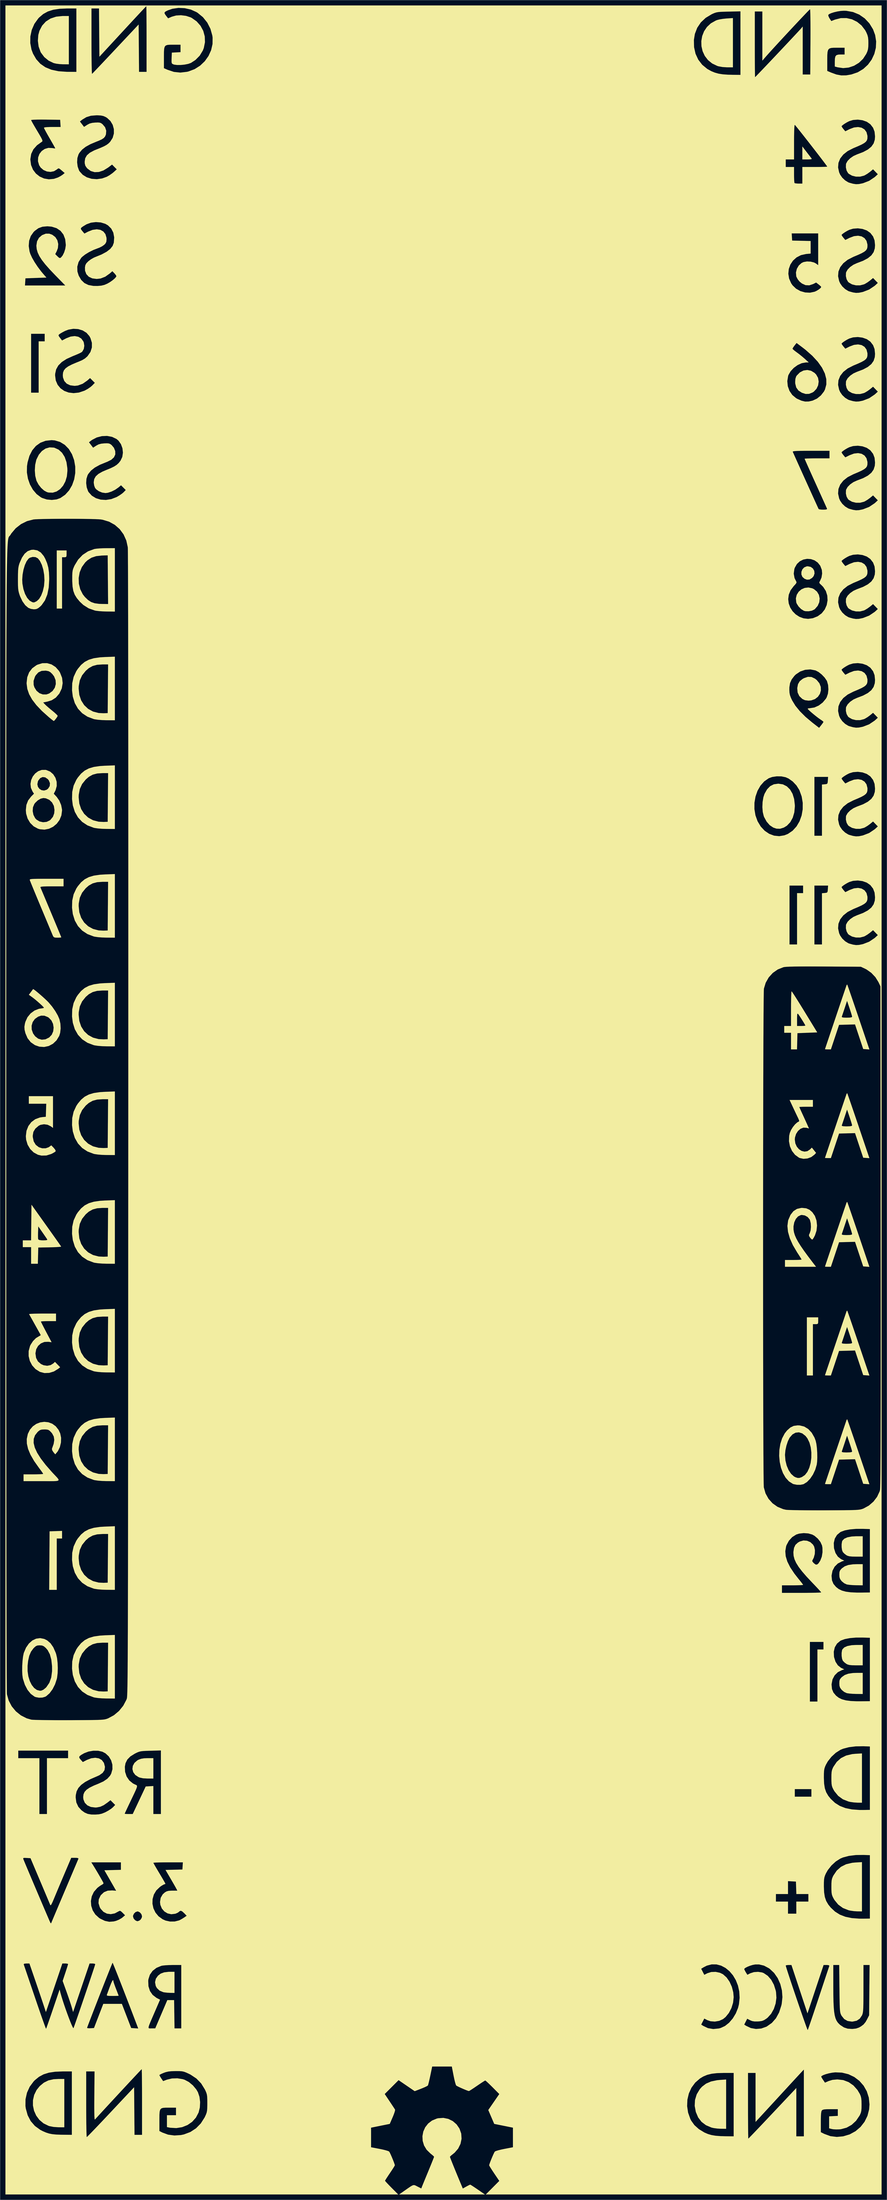
<source format=kicad_pcb>
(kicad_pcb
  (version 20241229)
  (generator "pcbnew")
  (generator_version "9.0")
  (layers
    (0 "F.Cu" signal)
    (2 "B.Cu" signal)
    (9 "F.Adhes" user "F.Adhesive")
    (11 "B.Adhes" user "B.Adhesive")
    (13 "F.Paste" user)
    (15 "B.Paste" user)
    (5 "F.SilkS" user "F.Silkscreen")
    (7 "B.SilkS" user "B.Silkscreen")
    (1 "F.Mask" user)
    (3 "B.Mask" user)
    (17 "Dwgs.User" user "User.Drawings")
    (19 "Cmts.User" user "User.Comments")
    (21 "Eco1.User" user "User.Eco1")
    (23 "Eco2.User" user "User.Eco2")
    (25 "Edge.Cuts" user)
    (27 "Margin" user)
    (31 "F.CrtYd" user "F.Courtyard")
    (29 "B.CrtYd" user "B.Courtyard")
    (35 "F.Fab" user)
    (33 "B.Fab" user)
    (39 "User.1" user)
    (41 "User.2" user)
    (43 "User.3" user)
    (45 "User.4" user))
  (footprint "artwork"
    (layer "F.Cu")
    (at 245.538 613.838)
    (property "Reference" "artwork" (at 0 0 0) (layer "F.SilkS") (effects (font (size 1.524 1.524) (thickness 0.3))))
    (attr through_hole)
    (fp_poly (pts (xy -213.783 245.957) (xy -216.747 245.957) (xy -216.747 274.743) (xy -220.99 274.743) (xy -220.879 258.339) (xy -220.768 241.935) (xy -213.783 241.689) (xy -213.783 245.957)) (stroke (width 0.01) (type solid)) (fill yes) (layer "F.SilkS"))
    (fp_poly (pts (xy -211.243 -306.282) (xy -211.28 -305.11) (xy -211.493 -304.555) (xy -212.034 -304.387) (xy -212.513 -304.377) (xy -213.783 -304.377) (xy -213.783 -275.59) (xy -216.747 -275.59) (xy -216.747 -308.187) (xy -211.243 -308.187) (xy -211.243 -306.282)) (stroke (width 0.01) (type solid)) (fill yes) (layer "F.SilkS"))
    (fp_poly (pts (xy 210.397 123.825) (xy 210.365 124.996) (xy 210.151 125.55) (xy 209.574 125.718) (xy 208.915 125.73) (xy 207.433 125.73) (xy 207.433 154.517) (xy 204.047 154.517) (xy 204.047 121.92) (xy 210.397 121.92) (xy 210.397 123.825)) (stroke (width 0.01) (type solid)) (fill yes) (layer "F.SilkS"))
    (fp_poly (pts (xy 203.892 -531.645) (xy 204.991 -530.212) (xy 205.923 -529) (xy 206.548 -528.191) (xy 206.695 -528.003) (xy 206.743 -527.713) (xy 206.236 -527.547) (xy 205.055 -527.479) (xy 204.31 -527.473) (xy 201.507 -527.473) (xy 201.507 -534.757) (xy 203.892 -531.645)) (stroke (width 0.01) (type solid)) (fill yes) (layer "F.SilkS"))
    (fp_poly (pts (xy -162.56 380.577) (xy -165.841 380.567) (xy -168.325 380.432) (xy -170.219 380.019) (xy -170.888 379.756) (xy -172.71 378.549) (xy -173.85 376.996) (xy -174.307 375.252) (xy -174.082 373.47) (xy -173.174 371.806) (xy -171.585 370.413) (xy -170.877 370.023) (xy -169.434 369.487) (xy -167.731 369.213) (xy -165.813 369.147) (xy -162.56 369.147) (xy -162.56 380.577)) (stroke (width 0.01) (type solid)) (fill yes) (layer "F.SilkS"))
    (fp_poly (pts (xy -150.707 500.803) (xy -153.141 500.76) (xy -154.787 500.674) (xy -156.327 500.503) (xy -157.005 500.379) (xy -159.07 499.513) (xy -160.592 498.065) (xy -161.234 496.86) (xy -161.609 494.797) (xy -161.156 492.839) (xy -159.973 491.15) (xy -158.443 489.977) (xy -156.526 489.269) (xy -154.053 488.97) (xy -153.141 488.952) (xy -150.707 488.95) (xy -150.707 500.803)) (stroke (width 0.01) (type solid)) (fill yes) (layer "F.SilkS"))
    (fp_poly (pts (xy 206.221 -298.949) (xy 207.454 -298.033) (xy 208.185 -296.74) (xy 208.341 -295.262) (xy 207.852 -293.791) (xy 206.978 -292.773) (xy 205.52 -291.885) (xy 204.081 -291.791) (xy 202.716 -292.319) (xy 201.534 -293.361) (xy 200.975 -294.715) (xy 200.985 -296.18) (xy 201.511 -297.556) (xy 202.502 -298.642) (xy 203.904 -299.24) (xy 204.555 -299.297) (xy 206.221 -298.949)) (stroke (width 0.01) (type solid)) (fill yes) (layer "F.SilkS"))
    (fp_poly (pts (xy -212.513 576.157) (xy -215.794 576.143) (xy -218.494 575.968) (xy -220.851 575.502) (xy -221.317 575.355) (xy -224.166 573.96) (xy -226.497 571.998) (xy -228.282 569.593) (xy -229.495 566.868) (xy -230.106 563.946) (xy -230.09 560.952) (xy -229.417 558.007) (xy -228.061 555.236) (xy -226.3 553.058) (xy -223.972 551.133) (xy -221.432 549.872) (xy -218.503 549.209) (xy -215.884 549.063) (xy -212.513 549.063) (xy -212.513 576.157)) (stroke (width 0.01) (type solid)) (fill yes) (layer "F.SilkS"))
    (fp_poly (pts (xy 158.75 577.003) (xy 155.681 576.974) (xy 153.777 576.865) (xy 151.874 576.611) (xy 150.547 576.31) (xy 147.431 574.984) (xy 144.945 573.098) (xy 143.059 570.624) (xy 141.746 567.537) (xy 141.119 564.139) (xy 141.296 560.815) (xy 142.25 557.675) (xy 143.955 554.828) (xy 145.228 553.401) (xy 147.501 551.671) (xy 150.282 550.469) (xy 153.658 549.763) (xy 155.239 549.609) (xy 158.75 549.361) (xy 158.75 577.003)) (stroke (width 0.01) (type solid)) (fill yes) (layer "F.SilkS"))
    (fp_poly (pts (xy 235.373 256.117) (xy 231.458 256.115) (xy 229.386 256.074) (xy 227.94 255.93) (xy 226.899 255.649) (xy 226.215 255.305) (xy 225.103 254.469) (xy 224.232 253.557) (xy 224.204 253.519) (xy 223.776 252.413) (xy 223.553 250.837) (xy 223.548 249.144) (xy 223.774 247.69) (xy 223.977 247.163) (xy 225.02 246.081) (xy 226.789 245.294) (xy 229.212 244.826) (xy 231.669 244.696) (xy 235.373 244.687) (xy 235.373 256.117)) (stroke (width 0.01) (type solid)) (fill yes) (layer "F.SilkS"))
    (fp_poly (pts (xy 235.373 317.077) (xy 231.458 317.075) (xy 229.386 317.034) (xy 227.94 316.89) (xy 226.899 316.609) (xy 226.215 316.265) (xy 225.103 315.429) (xy 224.232 314.517) (xy 224.204 314.479) (xy 223.776 313.373) (xy 223.553 311.797) (xy 223.548 310.104) (xy 223.774 308.65) (xy 223.977 308.123) (xy 225.02 307.041) (xy 226.789 306.254) (xy 229.212 305.786) (xy 231.669 305.656) (xy 235.373 305.647) (xy 235.373 317.077)) (stroke (width 0.01) (type solid)) (fill yes) (layer "F.SilkS"))
    (fp_poly (pts (xy -209.973 -580.813) (xy -213.254 -580.839) (xy -215.166 -580.941) (xy -217.04 -581.183) (xy -218.476 -581.514) (xy -218.491 -581.519) (xy -221.309 -582.876) (xy -223.744 -584.872) (xy -225.606 -587.344) (xy -225.841 -587.78) (xy -226.921 -590.756) (xy -227.344 -594.018) (xy -227.096 -597.303) (xy -226.459 -599.627) (xy -224.959 -602.51) (xy -222.867 -604.808) (xy -220.227 -606.493) (xy -217.085 -607.535) (xy -213.487 -607.906) (xy -213.344 -607.907) (xy -209.973 -607.907) (xy -209.973 -580.813)) (stroke (width 0.01) (type solid)) (fill yes) (layer "F.SilkS"))
    (fp_poly (pts (xy 235.373 272.203) (xy 231.669 272.16) (xy 229.758 272.09) (xy 227.973 271.946) (xy 226.631 271.753) (xy 226.386 271.696) (xy 224.978 271.037) (xy 223.656 269.96) (xy 223.529 269.82) (xy 222.711 268.72) (xy 222.335 267.615) (xy 222.25 266.206) (xy 222.324 264.811) (xy 222.654 263.863) (xy 223.402 262.967) (xy 223.7 262.681) (xy 225.288 261.551) (xy 227.305 260.812) (xy 229.885 260.428) (xy 232.174 260.35) (xy 235.373 260.35) (xy 235.373 272.203)) (stroke (width 0.01) (type solid)) (fill yes) (layer "F.SilkS"))
    (fp_poly (pts (xy 235.373 333.163) (xy 231.669 333.12) (xy 229.758 333.05) (xy 227.973 332.906) (xy 226.631 332.713) (xy 226.386 332.656) (xy 224.978 331.997) (xy 223.656 330.92) (xy 223.529 330.78) (xy 222.711 329.68) (xy 222.335 328.575) (xy 222.25 327.166) (xy 222.324 325.771) (xy 222.654 324.823) (xy 223.402 323.927) (xy 223.7 323.641) (xy 225.288 322.511) (xy 227.305 321.772) (xy 229.885 321.388) (xy 232.174 321.31) (xy 235.373 321.31) (xy 235.373 333.163)) (stroke (width 0.01) (type solid)) (fill yes) (layer "F.SilkS"))
    (fp_poly (pts (xy 162.56 -579.12) (xy 159.279 -579.134) (xy 156.723 -579.292) (xy 154.462 -579.707) (xy 153.811 -579.904) (xy 150.898 -581.304) (xy 148.552 -583.222) (xy 146.772 -585.546) (xy 145.56 -588.165) (xy 144.914 -590.966) (xy 144.835 -593.838) (xy 145.324 -596.67) (xy 146.38 -599.35) (xy 148.005 -601.766) (xy 150.198 -603.807) (xy 152.959 -605.36) (xy 153.753 -605.664) (xy 155.074 -606.002) (xy 156.88 -606.303) (xy 158.811 -606.511) (xy 159.067 -606.529) (xy 162.56 -606.756) (xy 162.56 -579.12)) (stroke (width 0.01) (type solid)) (fill yes) (layer "F.SilkS"))
    (fp_poly (pts (xy 206.661 -237.2) (xy 208.623 -236.27) (xy 209.595 -235.494) (xy 211.086 -233.67) (xy 211.841 -231.681) (xy 211.915 -229.665) (xy 211.363 -227.76) (xy 210.24 -226.103) (xy 208.602 -224.832) (xy 206.502 -224.084) (xy 204.977 -223.943) (xy 202.972 -224.195) (xy 201.506 -224.896) (xy 199.809 -226.504) (xy 198.859 -228.508) (xy 198.65 -230.917) (xy 198.659 -231.052) (xy 199.073 -233.195) (xy 200.028 -234.826) (xy 201.651 -236.129) (xy 202.469 -236.577) (xy 204.632 -237.299) (xy 206.661 -237.2)) (stroke (width 0.01) (type solid)) (fill yes) (layer "F.SilkS"))
    (fp_poly (pts (xy 206.386 -408.954) (xy 208.34 -407.769) (xy 209.262 -406.837) (xy 210.311 -404.984) (xy 210.666 -402.904) (xy 210.367 -400.793) (xy 209.453 -398.847) (xy 207.966 -397.263) (xy 207.222 -396.776) (xy 205.267 -395.994) (xy 203.36 -395.945) (xy 201.254 -396.623) (xy 201.253 -396.623) (xy 199.312 -397.88) (xy 198.078 -399.587) (xy 197.523 -401.787) (xy 197.485 -402.665) (xy 197.611 -404.457) (xy 198.038 -405.74) (xy 198.371 -406.263) (xy 200.127 -408.036) (xy 202.141 -409.08) (xy 204.273 -409.388) (xy 206.386 -408.954)) (stroke (width 0.01) (type solid)) (fill yes) (layer "F.SilkS"))
    (fp_poly (pts (xy 207.031 -286.958) (xy 208.024 -286.484) (xy 209.736 -285.069) (xy 210.804 -283.263) (xy 211.225 -281.227) (xy 210.998 -279.122) (xy 210.121 -277.111) (xy 208.59 -275.354) (xy 208.196 -275.04) (xy 206.807 -274.394) (xy 205.029 -274.066) (xy 203.275 -274.106) (xy 202.353 -274.348) (xy 200.816 -275.313) (xy 199.395 -276.748) (xy 198.365 -278.348) (xy 198.096 -279.068) (xy 197.875 -281.293) (xy 198.367 -283.311) (xy 199.442 -285.026) (xy 200.974 -286.344) (xy 202.835 -287.169) (xy 204.896 -287.405) (xy 207.031 -286.958)) (stroke (width 0.01) (type solid)) (fill yes) (layer "F.SilkS"))
    (fp_poly (pts (xy 234.95 394.123) (xy 232.304 394.095) (xy 230.411 393.974) (xy 228.443 393.692) (xy 227.433 393.468) (xy 224.264 392.211) (xy 221.62 390.288) (xy 219.51 387.71) (xy 218.932 386.715) (xy 218.401 385.626) (xy 218.068 384.614) (xy 217.888 383.426) (xy 217.816 381.813) (xy 217.806 380.365) (xy 217.83 378.323) (xy 217.933 376.875) (xy 218.16 375.767) (xy 218.556 374.747) (xy 218.937 373.988) (xy 220.81 371.225) (xy 223.175 369.128) (xy 226.06 367.68) (xy 229.493 366.866) (xy 231.227 366.702) (xy 234.95 366.489) (xy 234.95 394.123)) (stroke (width 0.01) (type solid)) (fill yes) (layer "F.SilkS"))
    (fp_poly (pts (xy 234.95 455.083) (xy 232.304 455.055) (xy 230.411 454.934) (xy 228.443 454.652) (xy 227.433 454.428) (xy 224.264 453.171) (xy 221.62 451.248) (xy 219.51 448.67) (xy 218.932 447.675) (xy 218.401 446.586) (xy 218.068 445.574) (xy 217.888 444.386) (xy 217.816 442.773) (xy 217.806 441.325) (xy 217.83 439.283) (xy 217.933 437.835) (xy 218.16 436.727) (xy 218.556 435.707) (xy 218.937 434.948) (xy 220.81 432.185) (xy 223.175 430.088) (xy 226.06 428.64) (xy 229.493 427.826) (xy 231.227 427.662) (xy 234.95 427.449) (xy 234.95 455.083)) (stroke (width 0.01) (type solid)) (fill yes) (layer "F.SilkS"))
    (fp_poly (pts (xy -185.015 493.841) (xy -184.997 494.169) (xy -184.849 494.789) (xy -184.453 495.988) (xy -183.878 497.563) (xy -183.515 498.505) (xy -182.879 500.136) (xy -182.38 501.436) (xy -182.084 502.229) (xy -182.033 502.388) (xy -182.423 502.438) (xy -183.461 502.476) (xy -184.948 502.495) (xy -185.465 502.497) (xy -187.163 502.477) (xy -188.164 502.396) (xy -188.617 502.222) (xy -188.67 501.922) (xy -188.634 501.81) (xy -188.378 501.124) (xy -187.912 499.861) (xy -187.318 498.239) (xy -187.001 497.371) (xy -186.227 495.382) (xy -185.627 494.112) (xy -185.217 493.589) (xy -185.015 493.841)) (stroke (width 0.01) (type solid)) (fill yes) (layer "F.SilkS"))
    (fp_poly (pts (xy 190.606 -176.991) (xy 192.813 -175.876) (xy 194.63 -174.09) (xy 196.013 -171.695) (xy 196.917 -168.751) (xy 197.3 -165.319) (xy 197.31 -164.637) (xy 197.003 -161.284) (xy 196.12 -158.29) (xy 194.715 -155.761) (xy 192.845 -153.806) (xy 191.139 -152.766) (xy 188.996 -152.096) (xy 186.963 -152.166) (xy 185.178 -152.778) (xy 183.203 -154.102) (xy 181.46 -156.111) (xy 180.079 -158.646) (xy 179.868 -159.173) (xy 179.304 -161.473) (xy 179.087 -164.22) (xy 179.208 -167.095) (xy 179.656 -169.78) (xy 180.281 -171.662) (xy 181.727 -174.211) (xy 183.453 -175.984) (xy 185.515 -177.026) (xy 187.971 -177.376) (xy 188.051 -177.377) (xy 190.606 -176.991)) (stroke (width 0.01) (type solid)) (fill yes) (layer "F.SilkS"))
    (fp_poly (pts (xy -218.406 -365.856) (xy -218.062 -365.772) (xy -215.73 -364.723) (xy -213.797 -362.979) (xy -212.306 -360.615) (xy -211.297 -357.703) (xy -210.812 -354.315) (xy -210.773 -352.837) (xy -211.08 -349.698) (xy -211.913 -346.892) (xy -213.197 -344.497) (xy -214.854 -342.596) (xy -216.806 -341.267) (xy -218.977 -340.591) (xy -221.29 -340.649) (xy -222.249 -340.899) (xy -223.866 -341.78) (xy -225.506 -343.257) (xy -226.968 -345.108) (xy -228.049 -347.114) (xy -228.151 -347.373) (xy -228.818 -350.038) (xy -229.054 -353.083) (xy -228.86 -356.16) (xy -228.238 -358.921) (xy -228.12 -359.254) (xy -226.794 -361.901) (xy -225.07 -363.943) (xy -223.037 -365.322) (xy -220.786 -365.979) (xy -218.406 -365.856)) (stroke (width 0.01) (type solid)) (fill yes) (layer "F.SilkS"))
    (fp_poly (pts (xy -222.673 70.329) (xy -220.706 73.093) (xy -218.899 75.639) (xy -217.309 77.884) (xy -215.996 79.747) (xy -215.016 81.145) (xy -214.428 81.995) (xy -214.281 82.221) (xy -214.631 82.334) (xy -215.687 82.443) (xy -217.308 82.54) (xy -219.354 82.616) (xy -220.631 82.645) (xy -227.118 82.762) (xy -227.238 87.312) (xy -227.359 91.863) (xy -231.14 91.863) (xy -231.14 82.55) (xy -235.797 82.55) (xy -235.797 78.74) (xy -231.155 78.74) (xy -231.123 75.916) (xy -227.276 75.916) (xy -227.251 77.278) (xy -227.173 78.095) (xy -227.151 78.173) (xy -226.618 78.538) (xy -225.337 78.717) (xy -224.355 78.74) (xy -222.902 78.696) (xy -222.177 78.548) (xy -222.063 78.266) (xy -222.091 78.211) (xy -222.459 77.649) (xy -223.188 76.575) (xy -224.156 75.17) (xy -224.762 74.297) (xy -227.118 70.911) (xy -227.243 74.259) (xy -227.276 75.916) (xy -231.123 75.916) (xy -231.042 68.741) (xy -230.928 58.743) (xy -222.673 70.329)) (stroke (width 0.01) (type solid)) (fill yes) (layer "F.SilkS"))
    (fp_poly (pts (xy -184.15 -212.937) (xy -188.912 -212.965) (xy -191.363 -213.041) (xy -193.643 -213.226) (xy -195.469 -213.493) (xy -196.003 -213.615) (xy -199.53 -214.952) (xy -202.49 -216.907) (xy -204.86 -219.451) (xy -206.618 -222.552) (xy -207.74 -226.182) (xy -208.182 -229.738) (xy -208.154 -230.716) (xy -204.47 -230.716) (xy -204.103 -227.186) (xy -203.046 -224.068) (xy -201.366 -221.425) (xy -199.127 -219.323) (xy -196.396 -217.828) (xy -193.239 -217.005) (xy -190.5 -216.872) (xy -188.172 -216.958) (xy -187.948 -244.263) (xy -191.054 -244.263) (xy -194.088 -244.06) (xy -196.582 -243.393) (xy -198.752 -242.183) (xy -200.485 -240.683) (xy -202.536 -238.133) (xy -203.835 -235.293) (xy -204.423 -232.057) (xy -204.47 -230.716) (xy -208.154 -230.716) (xy -208.069 -233.712) (xy -207.282 -237.253) (xy -205.789 -240.475) (xy -204.944 -241.763) (xy -203.111 -243.971) (xy -201.081 -245.664) (xy -198.724 -246.9) (xy -195.909 -247.736) (xy -192.505 -248.229) (xy -189.759 -248.399) (xy -184.15 -248.607) (xy -184.15 -212.937)) (stroke (width 0.01) (type solid)) (fill yes) (layer "F.SilkS"))
    (fp_poly (pts (xy -184.15 -151.977) (xy -188.912 -152.005) (xy -191.363 -152.081) (xy -193.643 -152.266) (xy -195.469 -152.533) (xy -196.003 -152.655) (xy -199.53 -153.992) (xy -202.49 -155.947) (xy -204.86 -158.491) (xy -206.618 -161.592) (xy -207.74 -165.222) (xy -208.182 -168.778) (xy -208.154 -169.756) (xy -204.47 -169.756) (xy -204.103 -166.226) (xy -203.046 -163.108) (xy -201.366 -160.465) (xy -199.127 -158.363) (xy -196.396 -156.868) (xy -193.239 -156.045) (xy -190.5 -155.912) (xy -188.172 -155.998) (xy -187.948 -183.303) (xy -191.054 -183.303) (xy -194.088 -183.1) (xy -196.582 -182.433) (xy -198.752 -181.223) (xy -200.485 -179.723) (xy -202.536 -177.173) (xy -203.835 -174.333) (xy -204.423 -171.097) (xy -204.47 -169.756) (xy -208.154 -169.756) (xy -208.069 -172.752) (xy -207.282 -176.293) (xy -205.789 -179.515) (xy -204.944 -180.803) (xy -203.111 -183.011) (xy -201.081 -184.704) (xy -198.724 -185.94) (xy -195.909 -186.776) (xy -192.505 -187.269) (xy -189.759 -187.439) (xy -184.15 -187.647) (xy -184.15 -151.977)) (stroke (width 0.01) (type solid)) (fill yes) (layer "F.SilkS"))
    (fp_poly (pts (xy -184.15 -91.017) (xy -188.912 -91.045) (xy -191.363 -91.121) (xy -193.643 -91.306) (xy -195.469 -91.573) (xy -196.003 -91.695) (xy -199.53 -93.032) (xy -202.49 -94.987) (xy -204.86 -97.531) (xy -206.618 -100.632) (xy -207.74 -104.262) (xy -208.182 -107.818) (xy -208.154 -108.796) (xy -204.47 -108.796) (xy -204.103 -105.266) (xy -203.046 -102.148) (xy -201.366 -99.505) (xy -199.127 -97.403) (xy -196.396 -95.908) (xy -193.239 -95.085) (xy -190.5 -94.952) (xy -188.172 -95.038) (xy -187.948 -122.343) (xy -191.054 -122.343) (xy -194.088 -122.14) (xy -196.582 -121.473) (xy -198.752 -120.263) (xy -200.485 -118.763) (xy -202.536 -116.213) (xy -203.835 -113.373) (xy -204.423 -110.137) (xy -204.47 -108.796) (xy -208.154 -108.796) (xy -208.069 -111.792) (xy -207.282 -115.333) (xy -205.789 -118.555) (xy -204.944 -119.843) (xy -203.111 -122.051) (xy -201.081 -123.744) (xy -198.724 -124.98) (xy -195.909 -125.816) (xy -192.505 -126.309) (xy -189.759 -126.479) (xy -184.15 -126.687) (xy -184.15 -91.017)) (stroke (width 0.01) (type solid)) (fill yes) (layer "F.SilkS"))
    (fp_poly (pts (xy -184.15 -30.057) (xy -188.912 -30.085) (xy -191.363 -30.161) (xy -193.643 -30.346) (xy -195.469 -30.613) (xy -196.003 -30.735) (xy -199.53 -32.072) (xy -202.49 -34.027) (xy -204.86 -36.571) (xy -206.618 -39.672) (xy -207.74 -43.302) (xy -208.182 -46.858) (xy -208.154 -47.836) (xy -204.47 -47.836) (xy -204.103 -44.306) (xy -203.046 -41.188) (xy -201.366 -38.545) (xy -199.127 -36.443) (xy -196.396 -34.948) (xy -193.239 -34.125) (xy -190.5 -33.992) (xy -188.172 -34.078) (xy -187.948 -61.383) (xy -191.054 -61.383) (xy -194.088 -61.18) (xy -196.582 -60.513) (xy -198.752 -59.303) (xy -200.485 -57.803) (xy -202.536 -55.253) (xy -203.835 -52.413) (xy -204.423 -49.177) (xy -204.47 -47.836) (xy -208.154 -47.836) (xy -208.069 -50.832) (xy -207.282 -54.373) (xy -205.789 -57.595) (xy -204.944 -58.883) (xy -203.111 -61.091) (xy -201.081 -62.784) (xy -198.724 -64.02) (xy -195.909 -64.856) (xy -192.505 -65.349) (xy -189.759 -65.519) (xy -184.15 -65.727) (xy -184.15 -30.057)) (stroke (width 0.01) (type solid)) (fill yes) (layer "F.SilkS"))
    (fp_poly (pts (xy -184.15 30.903) (xy -188.912 30.875) (xy -191.363 30.799) (xy -193.643 30.614) (xy -195.469 30.347) (xy -196.003 30.225) (xy -199.53 28.888) (xy -202.49 26.933) (xy -204.86 24.389) (xy -206.618 21.288) (xy -207.74 17.658) (xy -208.182 14.102) (xy -208.154 13.124) (xy -204.47 13.124) (xy -204.103 16.654) (xy -203.046 19.772) (xy -201.366 22.415) (xy -199.127 24.517) (xy -196.396 26.012) (xy -193.239 26.835) (xy -190.5 26.968) (xy -188.172 26.882) (xy -187.948 -0.423) (xy -191.054 -0.423) (xy -194.088 -0.22) (xy -196.582 0.447) (xy -198.752 1.657) (xy -200.485 3.157) (xy -202.536 5.707) (xy -203.835 8.547) (xy -204.423 11.783) (xy -204.47 13.124) (xy -208.154 13.124) (xy -208.069 10.128) (xy -207.282 6.587) (xy -205.789 3.365) (xy -204.944 2.077) (xy -203.111 -0.131) (xy -201.081 -1.824) (xy -198.724 -3.06) (xy -195.909 -3.896) (xy -192.505 -4.389) (xy -189.759 -4.559) (xy -184.15 -4.767) (xy -184.15 30.903)) (stroke (width 0.01) (type solid)) (fill yes) (layer "F.SilkS"))
    (fp_poly (pts (xy -184.15 91.863) (xy -188.912 91.835) (xy -191.363 91.759) (xy -193.643 91.574) (xy -195.469 91.307) (xy -196.003 91.185) (xy -199.53 89.848) (xy -202.49 87.893) (xy -204.86 85.349) (xy -206.618 82.248) (xy -207.74 78.618) (xy -208.182 75.062) (xy -208.154 74.084) (xy -204.47 74.084) (xy -204.103 77.614) (xy -203.046 80.732) (xy -201.366 83.375) (xy -199.127 85.477) (xy -196.396 86.972) (xy -193.239 87.795) (xy -190.5 87.928) (xy -188.172 87.842) (xy -187.948 60.537) (xy -191.054 60.537) (xy -194.088 60.74) (xy -196.582 61.407) (xy -198.752 62.617) (xy -200.485 64.117) (xy -202.536 66.667) (xy -203.835 69.507) (xy -204.423 72.743) (xy -204.47 74.084) (xy -208.154 74.084) (xy -208.069 71.088) (xy -207.282 67.547) (xy -205.789 64.325) (xy -204.944 63.037) (xy -203.111 60.829) (xy -201.081 59.136) (xy -198.724 57.9) (xy -195.909 57.064) (xy -192.505 56.571) (xy -189.759 56.401) (xy -184.15 56.193) (xy -184.15 91.863)) (stroke (width 0.01) (type solid)) (fill yes) (layer "F.SilkS"))
    (fp_poly (pts (xy -184.15 152.823) (xy -188.912 152.795) (xy -191.363 152.719) (xy -193.643 152.534) (xy -195.469 152.267) (xy -196.003 152.145) (xy -199.53 150.808) (xy -202.49 148.853) (xy -204.86 146.309) (xy -206.618 143.208) (xy -207.74 139.578) (xy -208.182 136.022) (xy -208.154 135.044) (xy -204.47 135.044) (xy -204.103 138.574) (xy -203.046 141.692) (xy -201.366 144.335) (xy -199.127 146.437) (xy -196.396 147.932) (xy -193.239 148.755) (xy -190.5 148.888) (xy -188.172 148.802) (xy -187.948 121.497) (xy -191.054 121.497) (xy -194.088 121.7) (xy -196.582 122.367) (xy -198.752 123.577) (xy -200.485 125.077) (xy -202.536 127.627) (xy -203.835 130.467) (xy -204.423 133.703) (xy -204.47 135.044) (xy -208.154 135.044) (xy -208.069 132.048) (xy -207.282 128.507) (xy -205.789 125.285) (xy -204.944 123.997) (xy -203.111 121.789) (xy -201.081 120.096) (xy -198.724 118.86) (xy -195.909 118.024) (xy -192.505 117.531) (xy -189.759 117.361) (xy -184.15 117.153) (xy -184.15 152.823)) (stroke (width 0.01) (type solid)) (fill yes) (layer "F.SilkS"))
    (fp_poly (pts (xy -184.15 213.783) (xy -188.912 213.755) (xy -191.363 213.679) (xy -193.643 213.494) (xy -195.469 213.227) (xy -196.003 213.105) (xy -199.53 211.768) (xy -202.49 209.813) (xy -204.86 207.269) (xy -206.618 204.168) (xy -207.74 200.538) (xy -208.182 196.982) (xy -208.154 196.004) (xy -204.47 196.004) (xy -204.103 199.534) (xy -203.046 202.652) (xy -201.366 205.295) (xy -199.127 207.397) (xy -196.396 208.892) (xy -193.239 209.715) (xy -190.5 209.848) (xy -188.172 209.762) (xy -187.948 182.457) (xy -191.054 182.457) (xy -194.088 182.66) (xy -196.582 183.327) (xy -198.752 184.537) (xy -200.485 186.037) (xy -202.536 188.587) (xy -203.835 191.427) (xy -204.423 194.663) (xy -204.47 196.004) (xy -208.154 196.004) (xy -208.069 193.008) (xy -207.282 189.467) (xy -205.789 186.245) (xy -204.944 184.957) (xy -203.111 182.749) (xy -201.081 181.056) (xy -198.724 179.82) (xy -195.909 178.984) (xy -192.505 178.491) (xy -189.759 178.321) (xy -184.15 178.113) (xy -184.15 213.783)) (stroke (width 0.01) (type solid)) (fill yes) (layer "F.SilkS"))
    (fp_poly (pts (xy -184.15 274.743) (xy -188.912 274.715) (xy -191.363 274.639) (xy -193.643 274.454) (xy -195.469 274.187) (xy -196.003 274.065) (xy -199.53 272.728) (xy -202.49 270.773) (xy -204.86 268.229) (xy -206.618 265.128) (xy -207.74 261.498) (xy -208.182 257.942) (xy -208.154 256.964) (xy -204.47 256.964) (xy -204.103 260.494) (xy -203.046 263.612) (xy -201.366 266.255) (xy -199.127 268.357) (xy -196.396 269.852) (xy -193.239 270.675) (xy -190.5 270.808) (xy -188.172 270.722) (xy -187.948 243.417) (xy -191.054 243.417) (xy -194.088 243.62) (xy -196.582 244.287) (xy -198.752 245.497) (xy -200.485 246.997) (xy -202.536 249.547) (xy -203.835 252.387) (xy -204.423 255.623) (xy -204.47 256.964) (xy -208.154 256.964) (xy -208.069 253.968) (xy -207.282 250.427) (xy -205.789 247.205) (xy -204.944 245.917) (xy -203.111 243.709) (xy -201.081 242.016) (xy -198.724 240.78) (xy -195.909 239.944) (xy -192.505 239.451) (xy -189.759 239.281) (xy -184.15 239.073) (xy -184.15 274.743)) (stroke (width 0.01) (type solid)) (fill yes) (layer "F.SilkS"))
    (fp_poly (pts (xy -184.15 335.703) (xy -188.912 335.675) (xy -191.363 335.599) (xy -193.643 335.414) (xy -195.469 335.147) (xy -196.003 335.025) (xy -199.53 333.688) (xy -202.49 331.733) (xy -204.86 329.189) (xy -206.618 326.088) (xy -207.74 322.458) (xy -208.182 318.902) (xy -208.154 317.924) (xy -204.47 317.924) (xy -204.103 321.454) (xy -203.046 324.572) (xy -201.366 327.215) (xy -199.127 329.317) (xy -196.396 330.812) (xy -193.239 331.635) (xy -190.5 331.768) (xy -188.172 331.682) (xy -187.948 304.377) (xy -191.054 304.377) (xy -194.088 304.58) (xy -196.582 305.247) (xy -198.752 306.457) (xy -200.485 307.957) (xy -202.536 310.507) (xy -203.835 313.347) (xy -204.423 316.583) (xy -204.47 317.924) (xy -208.154 317.924) (xy -208.069 314.928) (xy -207.282 311.387) (xy -205.789 308.165) (xy -204.944 306.877) (xy -203.111 304.669) (xy -201.081 302.976) (xy -198.724 301.74) (xy -195.909 300.904) (xy -192.505 300.411) (xy -189.759 300.241) (xy -184.15 300.033) (xy -184.15 335.703)) (stroke (width 0.01) (type solid)) (fill yes) (layer "F.SilkS"))
    (fp_poly (pts (xy 195.764 -60.587) (xy 196.437 -59.596) (xy 197.439 -58.053) (xy 198.713 -56.044) (xy 200.207 -53.655) (xy 201.863 -50.973) (xy 202.824 -49.404) (xy 209.856 -37.888) (xy 204.306 -37.677) (xy 198.755 -37.465) (xy 198.635 -32.914) (xy 198.515 -28.363) (xy 195.157 -28.363) (xy 195.157 -37.677) (xy 191.347 -37.677) (xy 191.347 -41.487) (xy 195.157 -41.487) (xy 195.157 -45.176) (xy 198.543 -45.176) (xy 198.543 -41.487) (xy 200.872 -41.487) (xy 202.147 -41.523) (xy 202.993 -41.617) (xy 203.2 -41.709) (xy 202.987 -42.177) (xy 202.432 -43.145) (xy 201.665 -44.408) (xy 200.813 -45.762) (xy 200.003 -47.002) (xy 199.366 -47.922) (xy 199.11 -48.245) (xy 198.837 -48.426) (xy 198.667 -48.162) (xy 198.577 -47.333) (xy 198.545 -45.816) (xy 198.543 -45.176) (xy 195.157 -45.176) (xy 195.157 -51.223) (xy 195.17 -53.991) (xy 195.207 -56.451) (xy 195.264 -58.486) (xy 195.336 -59.978) (xy 195.421 -60.808) (xy 195.474 -60.94) (xy 195.764 -60.587)) (stroke (width 0.01) (type solid)) (fill yes) (layer "F.SilkS"))
    (fp_poly (pts (xy -218.863 15.689) (xy -220.106 14.77) (xy -221.901 13.895) (xy -223.923 13.62) (xy -225.869 13.956) (xy -226.897 14.472) (xy -228.766 16.08) (xy -229.855 17.885) (xy -230.226 20.007) (xy -230.204 20.771) (xy -229.689 23.232) (xy -228.539 25.163) (xy -226.783 26.522) (xy -224.909 27.117) (xy -222.97 27.111) (xy -221.277 26.514) (xy -221.006 26.333) (xy -219.821 25.457) (xy -218.448 26.873) (xy -217.64 27.874) (xy -217.344 28.622) (xy -217.386 28.794) (xy -217.921 29.241) (xy -218.97 29.859) (xy -219.868 30.308) (xy -222.559 31.141) (xy -225.294 31.21) (xy -227.272 30.747) (xy -229.685 29.443) (xy -231.659 27.506) (xy -233.104 25.074) (xy -233.929 22.289) (xy -234.09 20.32) (xy -233.719 17.279) (xy -232.668 14.622) (xy -231.012 12.437) (xy -228.829 10.81) (xy -226.193 9.83) (xy -224.79 9.615) (xy -222.885 9.446) (xy -222.763 5.782) (xy -222.64 2.117) (xy -232.41 2.117) (xy -232.41 -2.117) (xy -218.863 -2.117) (xy -218.863 15.689)) (stroke (width 0.01) (type solid)) (fill yes) (layer "F.SilkS"))
    (fp_poly (pts (xy -212.937 -119.803) (xy -219.544 -119.803) (xy -222.141 -119.788) (xy -223.986 -119.738) (xy -225.171 -119.646) (xy -225.79 -119.503) (xy -225.937 -119.301) (xy -225.927 -119.274) (xy -224.19 -115.15) (xy -222.496 -111.121) (xy -220.876 -107.263) (xy -219.362 -103.648) (xy -217.983 -100.352) (xy -216.772 -97.448) (xy -215.759 -95.01) (xy -214.975 -93.112) (xy -214.45 -91.829) (xy -214.216 -91.233) (xy -214.207 -91.201) (xy -214.588 -91.096) (xy -215.564 -91.029) (xy -216.345 -91.017) (xy -217.634 -91.059) (xy -218.357 -91.28) (xy -218.795 -91.822) (xy -219.05 -92.392) (xy -219.341 -93.092) (xy -219.918 -94.475) (xy -220.74 -96.445) (xy -221.767 -98.903) (xy -222.958 -101.752) (xy -224.273 -104.895) (xy -225.639 -108.162) (xy -227.019 -111.464) (xy -228.298 -114.54) (xy -229.44 -117.297) (xy -230.406 -119.642) (xy -231.159 -121.485) (xy -231.661 -122.733) (xy -231.873 -123.293) (xy -231.874 -123.296) (xy -231.891 -123.535) (xy -231.724 -123.716) (xy -231.272 -123.848) (xy -230.435 -123.938) (xy -229.116 -123.994) (xy -227.214 -124.024) (xy -224.629 -124.035) (xy -222.511 -124.037) (xy -212.937 -124.037) (xy -212.937 -119.803)) (stroke (width 0.01) (type solid)) (fill yes) (layer "F.SilkS"))
    (fp_poly (pts (xy -184.15 -273.897) (xy -188.701 -273.933) (xy -190.847 -273.998) (xy -192.925 -274.143) (xy -194.635 -274.345) (xy -195.368 -274.484) (xy -198.826 -275.703) (xy -201.831 -277.598) (xy -203.844 -279.483) (xy -205.501 -281.462) (xy -206.681 -283.393) (xy -207.453 -285.48) (xy -207.887 -287.927) (xy -208.054 -290.941) (xy -208.062 -291.888) (xy -208.058 -292.731) (xy -204.454 -292.731) (xy -204.35 -289.519) (xy -203.581 -286.417) (xy -202.148 -283.582) (xy -200.942 -282.048) (xy -199.2 -280.378) (xy -197.451 -279.245) (xy -195.47 -278.559) (xy -193.032 -278.23) (xy -191.235 -278.166) (xy -187.948 -278.13) (xy -188.172 -305.435) (xy -191.47 -305.333) (xy -194.642 -304.987) (xy -197.273 -304.115) (xy -199.542 -302.644) (xy -200.794 -301.452) (xy -202.675 -298.855) (xy -203.896 -295.895) (xy -204.454 -292.731) (xy -208.058 -292.731) (xy -208.052 -294.084) (xy -207.99 -295.663) (xy -207.837 -296.854) (xy -207.555 -297.887) (xy -207.103 -298.991) (xy -206.717 -299.822) (xy -204.748 -303.058) (xy -202.218 -305.696) (xy -199.197 -307.681) (xy -195.754 -308.954) (xy -195.492 -309.017) (xy -194.309 -309.191) (xy -192.546 -309.332) (xy -190.47 -309.423) (xy -188.912 -309.446) (xy -184.15 -309.457) (xy -184.15 -273.897)) (stroke (width 0.01) (type solid)) (fill yes) (layer "F.SilkS"))
    (fp_poly (pts (xy 226.685 -64.71) (xy 226.854 -64.284) (xy 227.265 -63.136) (xy 227.891 -61.349) (xy 228.703 -59.002) (xy 229.674 -56.176) (xy 230.776 -52.954) (xy 231.98 -49.415) (xy 232.995 -46.423) (xy 239.124 -28.318) (xy 237.387 -28.446) (xy 235.651 -28.575) (xy 233.355 -35.468) (xy 231.06 -42.361) (xy 226.584 -42.241) (xy 222.107 -42.122) (xy 219.815 -35.242) (xy 217.523 -28.363) (xy 215.865 -28.363) (xy 214.817 -28.387) (xy 214.243 -28.447) (xy 214.207 -28.469) (xy 214.337 -28.871) (xy 214.705 -29.977) (xy 215.278 -31.688) (xy 216.023 -33.907) (xy 216.907 -36.534) (xy 217.896 -39.472) (xy 218.957 -42.622) (xy 220.058 -45.886) (xy 220.323 -46.672) (xy 223.624 -46.672) (xy 223.755 -46.381) (xy 224.486 -46.212) (xy 225.923 -46.146) (xy 226.438 -46.143) (xy 228.165 -46.197) (xy 229.136 -46.369) (xy 229.434 -46.672) (xy 229.299 -47.276) (xy 228.946 -48.484) (xy 228.432 -50.103) (xy 228.006 -51.386) (xy 226.591 -55.57) (xy 225.205 -51.386) (xy 224.608 -49.59) (xy 224.1 -48.069) (xy 223.745 -47.02) (xy 223.624 -46.672) (xy 220.323 -46.672) (xy 221.164 -49.166) (xy 222.244 -52.363) (xy 223.263 -55.38) (xy 224.189 -58.117) (xy 224.988 -60.477) (xy 225.627 -62.36) (xy 226.074 -63.67) (xy 226.292 -64.301) (xy 226.575 -64.726) (xy 226.685 -64.71)) (stroke (width 0.01) (type solid)) (fill yes) (layer "F.SilkS"))
    (fp_poly (pts (xy 226.685 -3.75) (xy 226.854 -3.324) (xy 227.265 -2.176) (xy 227.891 -0.389) (xy 228.703 1.958) (xy 229.674 4.784) (xy 230.776 8.006) (xy 231.98 11.545) (xy 232.995 14.537) (xy 239.124 32.642) (xy 237.387 32.514) (xy 235.651 32.385) (xy 233.355 25.492) (xy 231.06 18.599) (xy 226.584 18.719) (xy 222.107 18.838) (xy 219.815 25.718) (xy 217.523 32.597) (xy 215.865 32.597) (xy 214.817 32.573) (xy 214.243 32.513) (xy 214.207 32.491) (xy 214.337 32.089) (xy 214.705 30.983) (xy 215.278 29.272) (xy 216.023 27.053) (xy 216.907 24.426) (xy 217.896 21.488) (xy 218.957 18.338) (xy 220.058 15.074) (xy 220.323 14.287) (xy 223.624 14.287) (xy 223.755 14.579) (xy 224.486 14.748) (xy 225.923 14.814) (xy 226.438 14.817) (xy 228.165 14.763) (xy 229.136 14.591) (xy 229.434 14.287) (xy 229.299 13.684) (xy 228.946 12.476) (xy 228.432 10.857) (xy 228.006 9.574) (xy 226.591 5.39) (xy 225.205 9.574) (xy 224.608 11.37) (xy 224.1 12.891) (xy 223.745 13.94) (xy 223.624 14.287) (xy 220.323 14.287) (xy 221.164 11.794) (xy 222.244 8.597) (xy 223.263 5.58) (xy 224.189 2.843) (xy 224.988 0.483) (xy 225.627 -1.4) (xy 226.074 -2.71) (xy 226.292 -3.341) (xy 226.575 -3.766) (xy 226.685 -3.75)) (stroke (width 0.01) (type solid)) (fill yes) (layer "F.SilkS"))
    (fp_poly (pts (xy 226.685 57.21) (xy 226.854 57.636) (xy 227.265 58.784) (xy 227.891 60.571) (xy 228.703 62.918) (xy 229.674 65.744) (xy 230.776 68.966) (xy 231.98 72.505) (xy 232.995 75.497) (xy 239.124 93.602) (xy 237.387 93.474) (xy 235.651 93.345) (xy 233.355 86.452) (xy 231.06 79.559) (xy 226.584 79.679) (xy 222.107 79.798) (xy 219.815 86.677) (xy 217.523 93.557) (xy 215.865 93.557) (xy 214.817 93.533) (xy 214.243 93.473) (xy 214.207 93.451) (xy 214.337 93.049) (xy 214.705 91.943) (xy 215.278 90.232) (xy 216.023 88.013) (xy 216.907 85.386) (xy 217.896 82.448) (xy 218.957 79.298) (xy 220.058 76.034) (xy 220.323 75.248) (xy 223.624 75.248) (xy 223.755 75.539) (xy 224.486 75.708) (xy 225.923 75.774) (xy 226.438 75.777) (xy 228.165 75.723) (xy 229.136 75.551) (xy 229.434 75.248) (xy 229.299 74.644) (xy 228.946 73.436) (xy 228.432 71.817) (xy 228.006 70.534) (xy 226.591 66.35) (xy 225.205 70.534) (xy 224.608 72.33) (xy 224.1 73.851) (xy 223.745 74.9) (xy 223.624 75.248) (xy 220.323 75.248) (xy 221.164 72.754) (xy 222.244 69.557) (xy 223.263 66.54) (xy 224.189 63.803) (xy 224.988 61.443) (xy 225.627 59.56) (xy 226.074 58.25) (xy 226.292 57.619) (xy 226.575 57.194) (xy 226.685 57.21)) (stroke (width 0.01) (type solid)) (fill yes) (layer "F.SilkS"))
    (fp_poly (pts (xy 226.685 118.17) (xy 226.854 118.596) (xy 227.265 119.744) (xy 227.891 121.531) (xy 228.703 123.878) (xy 229.674 126.704) (xy 230.776 129.926) (xy 231.98 133.465) (xy 232.995 136.457) (xy 239.124 154.562) (xy 237.387 154.434) (xy 235.651 154.305) (xy 233.355 147.412) (xy 231.06 140.519) (xy 226.584 140.639) (xy 222.107 140.758) (xy 219.815 147.637) (xy 217.523 154.517) (xy 215.865 154.517) (xy 214.817 154.493) (xy 214.243 154.433) (xy 214.207 154.411) (xy 214.337 154.009) (xy 214.705 152.903) (xy 215.278 151.192) (xy 216.023 148.973) (xy 216.907 146.346) (xy 217.896 143.408) (xy 218.957 140.258) (xy 220.058 136.994) (xy 220.323 136.208) (xy 223.624 136.208) (xy 223.755 136.499) (xy 224.486 136.668) (xy 225.923 136.734) (xy 226.438 136.737) (xy 228.165 136.683) (xy 229.136 136.511) (xy 229.434 136.208) (xy 229.299 135.604) (xy 228.946 134.396) (xy 228.432 132.777) (xy 228.006 131.494) (xy 226.591 127.31) (xy 225.205 131.494) (xy 224.608 133.29) (xy 224.1 134.811) (xy 223.745 135.86) (xy 223.624 136.208) (xy 220.323 136.208) (xy 221.164 133.714) (xy 222.244 130.517) (xy 223.263 127.5) (xy 224.189 124.763) (xy 224.988 122.403) (xy 225.627 120.52) (xy 226.074 119.21) (xy 226.292 118.579) (xy 226.575 118.154) (xy 226.685 118.17)) (stroke (width 0.01) (type solid)) (fill yes) (layer "F.SilkS"))
    (fp_poly (pts (xy 226.685 179.13) (xy 226.854 179.556) (xy 227.265 180.704) (xy 227.891 182.491) (xy 228.703 184.838) (xy 229.674 187.664) (xy 230.776 190.886) (xy 231.98 194.425) (xy 232.995 197.417) (xy 239.124 215.522) (xy 237.387 215.394) (xy 235.651 215.265) (xy 233.355 208.372) (xy 231.06 201.479) (xy 226.584 201.599) (xy 222.107 201.718) (xy 219.815 208.597) (xy 217.523 215.477) (xy 215.865 215.477) (xy 214.817 215.453) (xy 214.243 215.393) (xy 214.207 215.371) (xy 214.337 214.969) (xy 214.705 213.863) (xy 215.278 212.152) (xy 216.023 209.933) (xy 216.907 207.306) (xy 217.896 204.368) (xy 218.957 201.218) (xy 220.058 197.954) (xy 220.323 197.167) (xy 223.624 197.167) (xy 223.755 197.459) (xy 224.486 197.628) (xy 225.923 197.694) (xy 226.438 197.697) (xy 228.165 197.643) (xy 229.136 197.471) (xy 229.434 197.167) (xy 229.299 196.564) (xy 228.946 195.356) (xy 228.432 193.737) (xy 228.006 192.454) (xy 226.591 188.27) (xy 225.205 192.454) (xy 224.608 194.25) (xy 224.1 195.771) (xy 223.745 196.82) (xy 223.624 197.167) (xy 220.323 197.167) (xy 221.164 194.674) (xy 222.244 191.477) (xy 223.263 188.46) (xy 224.189 185.723) (xy 224.988 183.363) (xy 225.627 181.48) (xy 226.074 180.17) (xy 226.292 179.539) (xy 226.575 179.114) (xy 226.685 179.13)) (stroke (width 0.01) (type solid)) (fill yes) (layer "F.SilkS"))
    (fp_poly (pts (xy 207.433 3.81) (xy 203.623 3.81) (xy 201.945 3.826) (xy 200.645 3.868) (xy 199.91 3.928) (xy 199.813 3.962) (xy 199.98 4.387) (xy 200.427 5.405) (xy 201.08 6.845) (xy 201.555 7.878) (xy 202.445 9.81) (xy 203.325 11.737) (xy 204.051 13.341) (xy 204.263 13.818) (xy 205.229 15.994) (xy 203.764 15.59) (xy 202.079 15.527) (xy 200.467 16.176) (xy 199.058 17.404) (xy 197.981 19.078) (xy 197.367 21.065) (xy 197.273 22.225) (xy 197.575 24.365) (xy 198.395 26.192) (xy 199.605 27.626) (xy 201.078 28.583) (xy 202.685 28.981) (xy 204.298 28.739) (xy 205.791 27.773) (xy 205.836 27.728) (xy 206.841 26.724) (xy 208.027 28.211) (xy 209.214 29.698) (xy 208.272 30.7) (xy 206.507 32.034) (xy 204.372 32.82) (xy 202.126 33.01) (xy 200.03 32.553) (xy 199.602 32.354) (xy 197.404 30.755) (xy 195.702 28.583) (xy 194.55 25.986) (xy 194.005 23.115) (xy 194.121 20.118) (xy 194.484 18.483) (xy 195.16 16.87) (xy 196.193 15.2) (xy 197.406 13.702) (xy 198.619 12.603) (xy 199.39 12.189) (xy 199.704 11.954) (xy 199.671 11.43) (xy 199.261 10.428) (xy 199.013 9.908) (xy 198.378 8.591) (xy 197.528 6.803) (xy 196.603 4.842) (xy 196.169 3.916) (xy 194.338 0) (xy 207.433 0) (xy 207.433 3.81)) (stroke (width 0.01) (type solid)) (fill yes) (layer "F.SilkS"))
    (fp_poly (pts (xy 203.684 60.777) (xy 205.518 61.579) (xy 207.093 62.933) (xy 208.551 65.049) (xy 209.445 67.618) (xy 209.753 70.443) (xy 209.451 73.325) (xy 208.603 75.882) (xy 207.96 77.144) (xy 207.395 78.024) (xy 207.062 78.317) (xy 206.555 78.003) (xy 205.878 77.239) (xy 205.811 77.146) (xy 205.276 76.278) (xy 205.247 75.601) (xy 205.66 74.712) (xy 206.153 73.179) (xy 206.338 71.215) (xy 206.218 69.177) (xy 205.797 67.423) (xy 205.588 66.959) (xy 204.467 65.638) (xy 202.904 64.766) (xy 201.205 64.491) (xy 200.628 64.565) (xy 199.098 65.311) (xy 197.854 66.716) (xy 196.975 68.619) (xy 196.541 70.86) (xy 196.564 72.749) (xy 196.817 74.249) (xy 197.3 75.838) (xy 198.06 77.591) (xy 199.14 79.583) (xy 200.585 81.89) (xy 202.442 84.587) (xy 204.755 87.749) (xy 207.569 91.452) (xy 208.421 92.555) (xy 209.197 93.557) (xy 191.77 93.557) (xy 191.77 89.747) (xy 196.427 89.747) (xy 198.298 89.726) (xy 199.81 89.671) (xy 200.793 89.59) (xy 201.083 89.506) (xy 200.864 89.076) (xy 200.271 88.096) (xy 199.398 86.722) (xy 198.548 85.418) (xy 196.188 81.408) (xy 194.487 77.571) (xy 193.464 73.969) (xy 193.133 70.663) (xy 193.512 67.714) (xy 193.655 67.234) (xy 194.879 64.435) (xy 196.49 62.389) (xy 198.486 61.095) (xy 200.867 60.556) (xy 201.422 60.538) (xy 203.684 60.777)) (stroke (width 0.01) (type solid)) (fill yes) (layer "F.SilkS"))
    (fp_poly (pts (xy -217.17 124.037) (xy -221.403 124.037) (xy -223.18 124.06) (xy -224.59 124.122) (xy -225.453 124.212) (xy -225.637 124.284) (xy -225.449 124.725) (xy -224.932 125.778) (xy -224.154 127.306) (xy -223.184 129.174) (xy -222.641 130.207) (xy -219.646 135.883) (xy -221.507 135.627) (xy -223.696 135.717) (xy -225.643 136.523) (xy -227.215 137.926) (xy -228.277 139.802) (xy -228.696 142.029) (xy -228.698 142.19) (xy -228.346 144.656) (xy -227.307 146.641) (xy -225.599 148.113) (xy -224.128 148.785) (xy -222.132 149.09) (xy -220.199 148.713) (xy -218.692 147.781) (xy -217.755 146.901) (xy -216.298 148.404) (xy -214.842 149.908) (xy -215.9 150.759) (xy -218.345 152.261) (xy -220.989 153.071) (xy -223.658 153.16) (xy -226.178 152.501) (xy -226.281 152.455) (xy -228.687 150.925) (xy -230.564 148.846) (xy -231.86 146.367) (xy -232.526 143.639) (xy -232.511 140.811) (xy -231.762 138.032) (xy -231.434 137.321) (xy -230.086 135.244) (xy -228.421 133.56) (xy -226.655 132.489) (xy -226.588 132.462) (xy -225.904 132.072) (xy -225.772 131.763) (xy -226.034 131.299) (xy -226.631 130.232) (xy -227.484 128.703) (xy -228.517 126.85) (xy -229.023 125.942) (xy -230.112 123.987) (xy -231.057 122.294) (xy -231.779 121.002) (xy -232.202 120.248) (xy -232.274 120.121) (xy -231.934 120.02) (xy -230.877 119.932) (xy -229.231 119.863) (xy -227.126 119.818) (xy -224.815 119.803) (xy -217.17 119.803) (xy -217.17 124.037)) (stroke (width 0.01) (type solid)) (fill yes) (layer "F.SilkS"))
    (fp_poly (pts (xy -221.453 180.765) (xy -219.276 181.588) (xy -217.329 183.007) (xy -215.727 185.041) (xy -214.811 187.007) (xy -214.315 189.445) (xy -214.394 192.097) (xy -215 194.676) (xy -216.087 196.897) (xy -216.528 197.485) (xy -217.593 198.755) (xy -218.652 197.485) (xy -219.309 196.459) (xy -219.466 195.656) (xy -219.442 195.58) (xy -218.488 192.89) (xy -218.145 190.661) (xy -218.42 188.762) (xy -219.318 187.06) (xy -219.921 186.331) (xy -220.832 185.426) (xy -221.644 184.965) (xy -222.718 184.802) (xy -223.676 184.785) (xy -225.128 184.847) (xy -226.116 185.131) (xy -227.022 185.78) (xy -227.526 186.252) (xy -228.932 188.047) (xy -229.666 190.081) (xy -229.72 192.379) (xy -229.084 194.965) (xy -227.75 197.864) (xy -225.707 201.101) (xy -222.947 204.7) (xy -219.46 208.687) (xy -218.856 209.338) (xy -217.517 210.747) (xy -216.504 211.825) (xy -215.879 212.616) (xy -215.703 213.165) (xy -216.04 213.513) (xy -216.95 213.706) (xy -218.495 213.787) (xy -220.739 213.799) (xy -223.741 213.786) (xy -225.161 213.783) (xy -235.373 213.783) (xy -235.373 209.973) (xy -229.87 209.973) (xy -227.823 209.954) (xy -226.121 209.9) (xy -224.921 209.821) (xy -224.382 209.723) (xy -224.367 209.703) (xy -224.607 209.268) (xy -225.252 208.332) (xy -226.182 207.063) (xy -226.667 206.422) (xy -229.439 202.509) (xy -231.492 198.952) (xy -232.846 195.7) (xy -233.525 192.701) (xy -233.57 190.107) (xy -232.972 187.287) (xy -231.806 184.93) (xy -230.187 183.056) (xy -228.228 181.684) (xy -226.043 180.832) (xy -223.747 180.52) (xy -221.453 180.765)) (stroke (width 0.01) (type solid)) (fill yes) (layer "F.SilkS"))
    (fp_poly (pts (xy -219.664 -244.241) (xy -217.4 -242.782) (xy -215.507 -240.639) (xy -214.905 -239.648) (xy -213.761 -236.731) (xy -213.436 -233.761) (xy -213.924 -230.839) (xy -215.223 -228.066) (xy -215.378 -227.83) (xy -217.267 -225.645) (xy -219.56 -224.177) (xy -221.905 -223.436) (xy -224.357 -222.929) (xy -223.409 -221.895) (xy -222.659 -221.172) (xy -221.451 -220.108) (xy -219.991 -218.884) (xy -219.287 -218.312) (xy -217.936 -217.182) (xy -216.897 -216.222) (xy -216.308 -215.567) (xy -216.228 -215.377) (xy -216.558 -214.754) (xy -217.159 -213.892) (xy -217.815 -213.073) (xy -218.311 -212.576) (xy -218.414 -212.53) (xy -218.828 -212.792) (xy -219.711 -213.472) (xy -220.892 -214.435) (xy -221.192 -214.686) (xy -225.077 -218.169) (xy -228.193 -221.441) (xy -230.574 -224.556) (xy -232.255 -227.566) (xy -233.27 -230.525) (xy -233.655 -233.487) (xy -233.661 -233.892) (xy -233.536 -235.008) (xy -229.758 -235.008) (xy -229.711 -232.775) (xy -229.282 -231.398) (xy -228.097 -229.483) (xy -226.471 -228.135) (xy -224.569 -227.425) (xy -222.555 -227.419) (xy -221.009 -227.95) (xy -219.106 -229.357) (xy -217.853 -231.179) (xy -217.275 -233.258) (xy -217.398 -235.435) (xy -218.248 -237.553) (xy -219.236 -238.861) (xy -220.336 -239.914) (xy -221.346 -240.473) (xy -222.659 -240.736) (xy -222.991 -240.771) (xy -225.25 -240.64) (xy -227.098 -239.769) (xy -228.546 -238.152) (xy -228.993 -237.34) (xy -229.758 -235.008) (xy -233.536 -235.008) (xy -233.304 -237.076) (xy -232.252 -239.82) (xy -230.533 -242.077) (xy -228.175 -243.799) (xy -227.559 -244.108) (xy -224.855 -244.943) (xy -222.186 -244.974) (xy -219.664 -244.241)) (stroke (width 0.01) (type solid)) (fill yes) (layer "F.SilkS"))
    (fp_poly (pts (xy 200.047 182.547) (xy 202.557 183.166) (xy 204.816 184.545) (xy 206.753 186.619) (xy 208.301 189.32) (xy 208.982 191.116) (xy 209.381 192.89) (xy 209.675 195.228) (xy 209.852 197.853) (xy 209.898 200.487) (xy 209.802 202.852) (xy 209.581 204.534) (xy 208.728 207.411) (xy 207.456 210.102) (xy 205.874 212.446) (xy 204.093 214.281) (xy 202.225 215.443) (xy 202.092 215.496) (xy 200.416 215.834) (xy 198.434 215.816) (xy 196.601 215.457) (xy 196.169 215.294) (xy 193.971 213.895) (xy 192.124 211.846) (xy 190.641 209.27) (xy 189.537 206.293) (xy 188.825 203.041) (xy 188.517 199.639) (xy 188.533 199.135) (xy 191.77 199.135) (xy 192.019 202.186) (xy 192.72 205.061) (xy 193.803 207.615) (xy 195.198 209.699) (xy 196.834 211.167) (xy 197.697 211.614) (xy 198.88 211.99) (xy 199.88 211.972) (xy 201.14 211.547) (xy 201.253 211.5) (xy 202.958 210.352) (xy 204.352 208.555) (xy 205.423 206.251) (xy 206.159 203.584) (xy 206.545 200.697) (xy 206.571 197.732) (xy 206.223 194.834) (xy 205.488 192.144) (xy 204.355 189.806) (xy 203.285 188.422) (xy 201.47 187.001) (xy 199.576 186.398) (xy 197.701 186.6) (xy 195.942 187.596) (xy 194.396 189.375) (xy 194.339 189.463) (xy 193.38 191.413) (xy 192.573 193.868) (xy 192.006 196.487) (xy 191.772 198.933) (xy 191.77 199.135) (xy 188.533 199.135) (xy 188.628 196.211) (xy 189.172 192.884) (xy 190.162 189.783) (xy 191.61 187.032) (xy 192.93 185.355) (xy 194.78 183.71) (xy 196.677 182.789) (xy 198.867 182.497) (xy 200.047 182.547)) (stroke (width 0.01) (type solid)) (fill yes) (layer "F.SilkS"))
    (fp_poly (pts (xy -223.765 302.273) (xy -222.158 303.074) (xy -220.278 304.679) (xy -218.701 306.944) (xy -217.38 309.942) (xy -217.073 310.848) (xy -216.584 313.014) (xy -216.281 315.71) (xy -216.17 318.635) (xy -216.261 321.491) (xy -216.56 323.979) (xy -216.713 324.697) (xy -217.715 327.742) (xy -219.103 330.473) (xy -220.772 332.729) (xy -222.617 334.348) (xy -223.181 334.681) (xy -224.795 335.162) (xy -226.729 335.231) (xy -228.566 334.892) (xy -229.235 334.616) (xy -231.33 333.078) (xy -233.156 330.829) (xy -234.64 327.981) (xy -235.712 324.647) (xy -235.81 324.221) (xy -236.056 322.374) (xy -236.154 319.977) (xy -236.114 317.301) (xy -236.113 317.288) (xy -233.117 317.288) (xy -233.115 320.361) (xy -232.689 323.25) (xy -231.897 325.852) (xy -230.795 328.064) (xy -229.438 329.784) (xy -227.885 330.91) (xy -226.19 331.338) (xy -225.425 331.281) (xy -224.254 330.763) (xy -222.933 329.686) (xy -222.561 329.297) (xy -220.903 326.866) (xy -219.843 323.886) (xy -219.374 320.331) (xy -219.391 317.562) (xy -219.798 313.891) (xy -220.61 310.91) (xy -221.849 308.556) (xy -222.907 307.318) (xy -224.017 306.383) (xy -225.046 305.956) (xy -226.326 305.858) (xy -227.522 305.935) (xy -228.41 306.274) (xy -229.323 307.039) (xy -229.869 307.608) (xy -231.216 309.448) (xy -232.186 311.732) (xy -232.824 314.591) (xy -233.117 317.288) (xy -236.113 317.288) (xy -235.949 314.615) (xy -235.668 312.19) (xy -235.285 310.296) (xy -235.218 310.073) (xy -233.996 307.175) (xy -232.384 304.855) (xy -230.469 303.159) (xy -228.337 302.132) (xy -226.074 301.822) (xy -223.765 302.273)) (stroke (width 0.01) (type solid)) (fill yes) (layer "F.SilkS"))
    (fp_poly (pts (xy 2.895 571.447) (xy 5.413 572.69) (xy 7.543 574.532) (xy 9.162 576.89) (xy 10.145 579.683) (xy 10.149 579.701) (xy 10.336 582.602) (xy 9.744 585.45) (xy 8.436 588.093) (xy 6.473 590.376) (xy 5.51 591.16) (xy 4.53 591.94) (xy 3.915 592.546) (xy 3.81 592.738) (xy 3.965 593.209) (xy 4.399 594.341) (xy 5.063 596.016) (xy 5.908 598.115) (xy 6.887 600.519) (xy 7.95 603.107) (xy 9.051 605.762) (xy 10.14 608.364) (xy 10.359 608.886) (xy 11.04 610.5) (xy 12.982 609.415) (xy 14.124 608.803) (xy 14.947 608.409) (xy 15.187 608.33) (xy 15.621 608.557) (xy 16.599 609.172) (xy 17.971 610.081) (xy 19.441 611.082) (xy 23.43 613.833) (xy -24.686 613.833) (xy -21.762 611.788) (xy -19.8 610.41) (xy -18.399 609.451) (xy -17.411 608.861) (xy -16.692 608.594) (xy -16.095 608.6) (xy -15.473 608.831) (xy -14.681 609.241) (xy -14.423 609.374) (xy -12.264 610.468) (xy -11.893 609.505) (xy -11.621 608.826) (xy -11.081 607.502) (xy -10.329 605.671) (xy -9.423 603.471) (xy -8.418 601.038) (xy -8.301 600.755) (xy -7.317 598.362) (xy -6.454 596.239) (xy -5.762 594.509) (xy -5.289 593.294) (xy -5.084 592.718) (xy -5.08 592.693) (xy -5.39 592.311) (xy -6.197 591.596) (xy -7.124 590.859) (xy -9.262 588.763) (xy -10.705 586.364) (xy -11.479 583.782) (xy -11.611 581.139) (xy -11.127 578.558) (xy -10.055 576.158) (xy -8.419 574.063) (xy -6.248 572.394) (xy -3.568 571.272) (xy -2.806 571.088) (xy 0.114 570.885) (xy 2.895 571.447)) (stroke (width 0.01) (type solid)) (fill yes) (layer "F.SilkS"))
    (fp_poly (pts (xy -229.661 -62.011) (xy -228.809 -61.386) (xy -227.609 -60.417) (xy -226.195 -59.219) (xy -224.703 -57.911) (xy -223.268 -56.606) (xy -222.026 -55.423) (xy -221.306 -54.688) (xy -219.362 -52.381) (xy -217.591 -49.857) (xy -216.157 -47.369) (xy -215.259 -45.277) (xy -214.705 -42.789) (xy -214.567 -40.13) (xy -214.841 -37.625) (xy -215.361 -35.935) (xy -216.879 -33.428) (xy -218.881 -31.523) (xy -221.241 -30.266) (xy -223.832 -29.706) (xy -226.531 -29.891) (xy -228.979 -30.749) (xy -231.339 -32.383) (xy -233.136 -34.64) (xy -234.319 -37.399) (xy -234.805 -39.39) (xy -234.9 -41.061) (xy -234.803 -41.643) (xy -230.861 -41.643) (xy -230.798 -39.477) (xy -230.047 -37.34) (xy -228.885 -35.704) (xy -227.141 -34.36) (xy -225.163 -33.79) (xy -223.086 -34.003) (xy -221.047 -35.012) (xy -220.98 -35.06) (xy -219.556 -36.579) (xy -218.735 -38.487) (xy -218.502 -40.587) (xy -218.843 -42.688) (xy -219.746 -44.595) (xy -221.197 -46.114) (xy -221.779 -46.489) (xy -223.703 -47.267) (xy -225.519 -47.291) (xy -227.172 -46.725) (xy -229.023 -45.427) (xy -230.261 -43.68) (xy -230.861 -41.643) (xy -234.803 -41.643) (xy -234.604 -42.844) (xy -234.317 -43.888) (xy -233.17 -46.401) (xy -231.415 -48.534) (xy -229.21 -50.154) (xy -226.714 -51.13) (xy -225.32 -51.342) (xy -224.383 -51.479) (xy -223.948 -51.69) (xy -223.944 -51.71) (xy -224.247 -52.142) (xy -225.051 -52.966) (xy -226.202 -54.041) (xy -227.544 -55.228) (xy -228.919 -56.386) (xy -230.173 -57.374) (xy -230.527 -57.635) (xy -232.404 -58.983) (xy -231.276 -60.501) (xy -230.57 -61.45) (xy -230.106 -62.072) (xy -230.028 -62.176) (xy -229.661 -62.011)) (stroke (width 0.01) (type solid)) (fill yes) (layer "F.SilkS"))
    (fp_poly (pts (xy -227.618 -308.21) (xy -225.685 -307.012) (xy -224.028 -305.013) (xy -223.172 -303.444) (xy -222.168 -301.014) (xy -221.503 -298.596) (xy -221.127 -295.931) (xy -220.989 -292.755) (xy -220.986 -291.973) (xy -221.255 -287.383) (xy -222.048 -283.452) (xy -223.368 -280.171) (xy -225.219 -277.533) (xy -226.028 -276.727) (xy -227.24 -275.756) (xy -228.287 -275.289) (xy -229.532 -275.168) (xy -229.554 -275.168) (xy -231.233 -275.406) (xy -232.715 -276.001) (xy -234.428 -277.471) (xy -235.987 -279.644) (xy -237.294 -282.378) (xy -237.571 -283.134) (xy -237.962 -284.364) (xy -238.233 -285.535) (xy -238.404 -286.842) (xy -238.496 -288.482) (xy -238.528 -290.653) (xy -238.528 -291.819) (xy -236.127 -291.819) (xy -236.016 -289.566) (xy -235.447 -286.49) (xy -234.548 -283.812) (xy -233.378 -281.631) (xy -231.997 -280.047) (xy -230.465 -279.158) (xy -229.658 -279.005) (xy -229.043 -279.192) (xy -228.081 -279.686) (xy -227.908 -279.789) (xy -226.646 -280.979) (xy -225.513 -282.858) (xy -224.583 -285.268) (xy -223.929 -288.053) (xy -223.88 -288.362) (xy -223.643 -291.357) (xy -223.799 -294.436) (xy -224.304 -297.415) (xy -225.116 -300.106) (xy -226.194 -302.326) (xy -227.362 -303.771) (xy -228.678 -304.445) (xy -230.275 -304.553) (xy -231.815 -304.107) (xy -232.564 -303.585) (xy -233.687 -302.087) (xy -234.656 -299.955) (xy -235.42 -297.395) (xy -235.927 -294.614) (xy -236.127 -291.819) (xy -238.528 -291.819) (xy -238.528 -292.312) (xy -238.503 -294.917) (xy -238.435 -296.864) (xy -238.304 -298.341) (xy -238.088 -299.538) (xy -237.769 -300.643) (xy -237.58 -301.174) (xy -236.262 -304.151) (xy -234.778 -306.333) (xy -233.084 -307.766) (xy -231.132 -308.493) (xy -229.828 -308.608) (xy -227.618 -308.21)) (stroke (width 0.01) (type solid)) (fill yes) (layer "F.SilkS"))
    (fp_poly (pts (xy -222.6 -185.032) (xy -220.449 -184.14) (xy -218.721 -182.639) (xy -217.485 -180.688) (xy -216.809 -178.446) (xy -216.762 -176.074) (xy -217.413 -173.731) (xy -217.583 -173.375) (xy -218.42 -171.734) (xy -216.765 -169.939) (xy -215.327 -167.88) (xy -214.289 -165.404) (xy -213.802 -162.888) (xy -213.783 -162.348) (xy -214.153 -159.556) (xy -215.185 -157.048) (xy -216.765 -154.912) (xy -218.776 -153.234) (xy -221.102 -152.102) (xy -223.63 -151.604) (xy -226.242 -151.827) (xy -227.272 -152.133) (xy -229.685 -153.437) (xy -231.659 -155.374) (xy -233.104 -157.806) (xy -233.929 -160.591) (xy -234.046 -162.021) (xy -230.256 -162.021) (xy -229.833 -159.896) (xy -228.867 -158.032) (xy -228.175 -157.267) (xy -226.431 -156.192) (xy -224.436 -155.752) (xy -222.432 -155.951) (xy -220.664 -156.794) (xy -220.264 -157.127) (xy -218.897 -158.792) (xy -218.183 -160.722) (xy -218.017 -162.652) (xy -218.381 -164.925) (xy -219.392 -166.857) (xy -220.926 -168.315) (xy -222.858 -169.167) (xy -224.262 -169.333) (xy -225.775 -168.976) (xy -227.388 -168.018) (xy -228.845 -166.625) (xy -229.331 -165.98) (xy -230.1 -164.138) (xy -230.256 -162.021) (xy -234.046 -162.021) (xy -234.09 -162.56) (xy -233.781 -165.478) (xy -232.821 -167.951) (xy -231.144 -170.146) (xy -231.018 -170.274) (xy -229.528 -171.764) (xy -230.323 -172.976) (xy -231.252 -175.058) (xy -231.465 -177.037) (xy -227.638 -177.037) (xy -227.295 -175.593) (xy -226.447 -174.452) (xy -225.25 -173.725) (xy -223.862 -173.523) (xy -222.438 -173.957) (xy -221.596 -174.606) (xy -220.697 -176.033) (xy -220.562 -177.628) (xy -221.184 -179.206) (xy -221.794 -179.949) (xy -223.234 -180.926) (xy -224.686 -181.1) (xy -226.016 -180.504) (xy -227.087 -179.167) (xy -227.32 -178.672) (xy -227.638 -177.037) (xy -231.465 -177.037) (xy -231.487 -177.24) (xy -231.114 -179.392) (xy -230.215 -181.383) (xy -228.874 -183.082) (xy -227.176 -184.358) (xy -225.204 -185.08) (xy -223.042 -185.117) (xy -222.6 -185.032)) (stroke (width 0.01) (type solid)) (fill yes) (layer "F.SilkS"))
    (fp_poly (pts (xy 245.957 613.833) (xy 23.936 613.833) (xy 27.716 610.035) (xy 31.497 606.237) (xy 28.66 602.044) (xy 27.556 600.383) (xy 26.652 598.968) (xy 26.043 597.95) (xy 25.821 597.481) (xy 25.981 596.829) (xy 26.401 595.641) (xy 26.986 594.146) (xy 27.641 592.577) (xy 28.268 591.164) (xy 28.774 590.139) (xy 29.007 589.772) (xy 29.612 589.471) (xy 30.863 589.081) (xy 32.571 588.654) (xy 34.342 588.284) (xy 39.158 587.361) (xy 39.158 576.368) (xy 28.656 574.252) (xy 26.989 570.363) (xy 25.321 566.473) (xy 26.832 564.282) (xy 136.867 564.282) (xy 137.407 567.928) (xy 138.667 571.473) (xy 139.164 572.453) (xy 140.971 574.959) (xy 143.477 577.206) (xy 146.544 579.073) (xy 146.646 579.123) (xy 148.56 579.94) (xy 150.558 580.521) (xy 152.835 580.901) (xy 155.589 581.113) (xy 158.433 581.187) (xy 162.983 581.237) (xy 162.983 545.677) (xy 171.027 545.677) (xy 171.027 564.092) (xy 171.031 567.948) (xy 171.042 571.531) (xy 171.059 574.753) (xy 171.082 577.53) (xy 171.11 579.775) (xy 171.142 581.401) (xy 171.176 582.325) (xy 171.201 582.507) (xy 171.521 582.21) (xy 172.355 581.365) (xy 173.637 580.04) (xy 175.301 578.305) (xy 177.281 576.229) (xy 179.511 573.879) (xy 181.86 571.394) (xy 184.42 568.681) (xy 186.921 566.029) (xy 189.274 563.534) (xy 191.388 561.292) (xy 193.171 559.401) (xy 194.533 557.955) (xy 195.233 557.211) (xy 198.12 554.141) (xy 198.12 581.237) (xy 202.353 581.237) (xy 202.353 573.152) (xy 211.878 573.152) (xy 211.878 578.908) (xy 213.816 579.87) (xy 217.238 581.126) (xy 220.826 581.565) (xy 224.415 581.234) (xy 228.08 580.141) (xy 231.349 578.356) (xy 234.148 575.967) (xy 236.403 573.067) (xy 238.037 569.744) (xy 238.978 566.091) (xy 239.183 563.325) (xy 238.789 559.492) (xy 237.66 555.965) (xy 235.873 552.817) (xy 233.508 550.123) (xy 230.644 547.956) (xy 227.358 546.389) (xy 223.73 545.497) (xy 219.994 545.343) (xy 218.235 545.538) (xy 216.399 545.897) (xy 214.677 546.364) (xy 213.261 546.88) (xy 212.341 547.388) (xy 212.09 547.747) (xy 212.308 548.234) (xy 212.858 549.14) (xy 213.148 549.577) (xy 214.205 551.133) (xy 216.217 550.242) (xy 218.388 549.572) (xy 221.029 549.326) (xy 221.222 549.323) (xy 224.482 549.699) (xy 227.496 550.848) (xy 230.173 552.714) (xy 232.426 555.238) (xy 233.755 557.472) (xy 234.241 558.611) (xy 234.537 559.793) (xy 234.686 561.281) (xy 234.73 563.337) (xy 234.73 563.457) (xy 234.704 565.459) (xy 234.587 566.883) (xy 234.333 567.992) (xy 233.892 569.053) (xy 233.614 569.595) (xy 231.655 572.485) (xy 229.198 574.763) (xy 226.341 576.365) (xy 223.182 577.223) (xy 222.25 577.322) (xy 220.539 577.365) (xy 218.936 577.277) (xy 218.017 577.127) (xy 216.535 576.738) (xy 216.535 570.018) (xy 218.969 569.891) (xy 221.403 569.764) (xy 221.403 565.997) (xy 217.222 565.997) (xy 215.191 566.024) (xy 213.841 566.122) (xy 213.005 566.316) (xy 212.519 566.629) (xy 212.459 566.697) (xy 212.202 567.269) (xy 212.026 568.332) (xy 211.922 569.993) (xy 211.88 572.362) (xy 211.878 573.152) (xy 202.353 573.152) (xy 202.353 543.791) (xy 201.353 544.84) (xy 200.841 545.387) (xy 199.829 546.48) (xy 198.386 548.042) (xy 196.586 549.994) (xy 194.5 552.26) (xy 192.198 554.76) (xy 189.846 557.318) (xy 187.349 560.034) (xy 184.95 562.642) (xy 182.73 565.055) (xy 180.768 567.185) (xy 179.147 568.945) (xy 177.946 570.247) (xy 177.3 570.945) (xy 175.26 573.143) (xy 175.26 545.677) (xy 171.027 545.677) (xy 162.983 545.677) (xy 157.313 545.677) (xy 153.667 545.781) (xy 150.669 546.122) (xy 148.144 546.74) (xy 145.916 547.677) (xy 144.078 548.786) (xy 141.398 551.116) (xy 139.312 553.952) (xy 137.844 557.173) (xy 137.021 560.657) (xy 136.867 564.282) (xy 26.832 564.282) (xy 31.501 557.51) (xy 27.719 553.71) (xy 26.266 552.274) (xy 25.023 551.086) (xy 24.112 550.261) (xy 23.655 549.914) (xy 23.637 549.91) (xy 23.193 550.138) (xy 22.2 550.759) (xy 20.803 551.679) (xy 19.147 552.807) (xy 19.05 552.873) (xy 17.383 554.009) (xy 15.968 554.944) (xy 14.95 555.584) (xy 14.472 555.836) (xy 14.464 555.837) (xy 13.849 555.669) (xy 12.707 555.235) (xy 11.273 554.638) (xy 9.782 553.979) (xy 8.468 553.361) (xy 7.567 552.887) (xy 7.332 552.724) (xy 7.062 552.137) (xy 6.694 550.898) (xy 6.275 549.186) (xy 5.856 547.184) (xy 5.851 547.158) (xy 4.868 542.078) (xy -6.138 542.078) (xy -7.197 547.168) (xy -7.628 549.168) (xy -8.027 550.875) (xy -8.35 552.114) (xy -8.553 552.705) (xy -8.556 552.711) (xy -9.065 553.057) (xy -10.171 553.6) (xy -11.673 554.244) (xy -12.404 554.534) (xy -15.951 555.905) (xy -20.473 552.814) (xy -24.996 549.723) (xy -32.772 557.499) (xy -29.997 561.642) (xy -28.882 563.312) (xy -27.933 564.746) (xy -27.254 565.785) (xy -26.955 566.26) (xy -26.998 566.83) (xy -27.335 567.977) (xy -27.902 569.505) (xy -28.314 570.493) (xy -29.94 574.252) (xy -35.184 575.31) (xy -40.428 576.368) (xy -40.428 587.361) (xy -35.612 588.284) (xy -33.654 588.697) (xy -31.984 589.122) (xy -30.789 589.506) (xy -30.277 589.772) (xy -29.919 590.377) (xy -29.37 591.533) (xy -28.726 593.011) (xy -28.082 594.579) (xy -27.533 596.006) (xy -27.176 597.063) (xy -27.091 597.465) (xy -27.318 597.935) (xy -27.932 598.948) (xy -28.838 600.349) (xy -29.845 601.847) (xy -30.932 603.461) (xy -31.817 604.816) (xy -32.403 605.761) (xy -32.597 606.143) (xy -32.315 606.527) (xy -31.546 607.383) (xy -30.405 608.587) (xy -29.007 610.014) (xy -28.901 610.121) (xy -25.206 613.833) (xy -245.533 613.833) (xy -245.533 564.174) (xy -234.322 564.174) (xy -234.127 565.603) (xy -233.071 569.413) (xy -231.362 572.687) (xy -229.006 575.417) (xy -226.009 577.595) (xy -224.609 578.321) (xy -222.801 579.101) (xy -221.105 579.652) (xy -219.305 580.014) (xy -217.183 580.226) (xy -214.52 580.326) (xy -213.254 580.344) (xy -208.28 580.39) (xy -208.28 544.83) (xy -200.237 544.83) (xy -200.237 563.245) (xy -200.23 567.101) (xy -200.209 570.683) (xy -200.178 573.905) (xy -200.136 576.68) (xy -200.085 578.924) (xy -200.027 580.55) (xy -199.964 581.472) (xy -199.919 581.653) (xy -199.573 581.352) (xy -198.708 580.494) (xy -197.384 579.141) (xy -195.659 577.355) (xy -193.594 575.196) (xy -191.247 572.727) (xy -188.678 570.009) (xy -186.478 567.671) (xy -173.355 553.697) (xy -173.131 580.39) (xy -168.91 580.39) (xy -168.91 571.458) (xy -159.174 571.458) (xy -159.173 572.368) (xy -159.173 578.256) (xy -157.487 579.117) (xy -154.294 580.288) (xy -150.778 580.762) (xy -147.112 580.522) (xy -145.398 580.16) (xy -141.8 578.807) (xy -138.635 576.742) (xy -135.957 574.012) (xy -133.821 570.663) (xy -133.608 570.23) (xy -133.033 568.973) (xy -132.655 567.916) (xy -132.434 566.821) (xy -132.327 565.45) (xy -132.293 563.566) (xy -132.292 562.61) (xy -132.305 560.467) (xy -132.374 558.932) (xy -132.542 557.768) (xy -132.851 556.736) (xy -133.344 555.599) (xy -133.683 554.896) (xy -135.753 551.551) (xy -138.412 548.804) (xy -141.695 546.619) (xy -142.544 546.191) (xy -144.116 545.465) (xy -145.338 545.007) (xy -146.501 544.757) (xy -147.897 544.655) (xy -149.816 544.641) (xy -150.072 544.643) (xy -152.381 544.704) (xy -154.135 544.886) (xy -155.621 545.231) (xy -156.739 545.626) (xy -158.012 546.171) (xy -158.893 546.631) (xy -159.173 546.879) (xy -158.955 547.38) (xy -158.405 548.294) (xy -158.125 548.716) (xy -157.076 550.259) (xy -154.945 549.45) (xy -152.153 548.776) (xy -149.086 548.684) (xy -146.081 549.173) (xy -145.003 549.519) (xy -142.625 550.783) (xy -140.369 552.659) (xy -138.477 554.921) (xy -137.568 556.472) (xy -136.694 559.068) (xy -136.331 562.038) (xy -136.491 565.076) (xy -137.182 567.872) (xy -137.189 567.889) (xy -138.688 570.739) (xy -140.799 573.093) (xy -143.41 574.895) (xy -146.409 576.087) (xy -149.683 576.61) (xy -153.12 576.407) (xy -153.617 576.315) (xy -154.94 576.051) (xy -154.94 569.383) (xy -149.86 569.383) (xy -149.86 565.15) (xy -153.851 565.15) (xy -155.787 565.16) (xy -157.185 565.271) (xy -158.133 565.599) (xy -158.719 566.263) (xy -159.03 567.383) (xy -159.152 569.074) (xy -159.174 571.458) (xy -168.91 571.458) (xy -168.91 561.975) (xy -168.914 558.118) (xy -168.926 554.536) (xy -168.944 551.313) (xy -168.969 548.537) (xy -168.998 546.292) (xy -169.032 544.665) (xy -169.069 543.742) (xy -169.095 543.56) (xy -169.398 543.859) (xy -170.206 544.705) (xy -171.45 546.026) (xy -173.062 547.746) (xy -174.973 549.791) (xy -177.113 552.088) (xy -179.414 554.562) (xy -181.807 557.138) (xy -184.223 559.743) (xy -186.593 562.303) (xy -188.849 564.743) (xy -190.921 566.989) (xy -192.74 568.967) (xy -194.237 570.603) (xy -195.328 571.803) (xy -195.462 571.697) (xy -195.565 571.015) (xy -195.639 569.709) (xy -195.684 567.732) (xy -195.701 565.037) (xy -195.691 561.577) (xy -195.669 558.574) (xy -195.547 544.83) (xy -200.237 544.83) (xy -208.28 544.83) (xy -213.483 544.83) (xy -217.652 544.997) (xy -221.163 545.526) (xy -224.144 546.461) (xy -226.72 547.847) (xy -229.018 549.725) (xy -229.698 550.42) (xy -231.92 553.397) (xy -233.46 556.782) (xy -234.275 560.424) (xy -234.322 564.174) (xy -245.533 564.174) (xy -245.533 484.701) (xy -235.297 484.701) (xy -235.276 484.822) (xy -235.104 485.322) (xy -234.689 486.54) (xy -234.058 488.393) (xy -233.241 490.797) (xy -232.265 493.668) (xy -231.159 496.923) (xy -229.952 500.479) (xy -229.017 503.233) (xy -227.757 506.925) (xy -226.578 510.352) (xy -225.506 513.433) (xy -224.57 516.09) (xy -223.798 518.243) (xy -223.218 519.813) (xy -222.858 520.72) (xy -222.749 520.917) (xy -222.567 520.48) (xy -222.151 519.345) (xy -221.539 517.62) (xy -220.769 515.408) (xy -219.876 512.816) (xy -218.899 509.949) (xy -218.851 509.809) (xy -215.15 498.898) (xy -214.657 500.803) (xy -214.125 502.703) (xy -213.435 504.934) (xy -212.632 507.377) (xy -211.759 509.914) (xy -210.858 512.428) (xy -209.975 514.802) (xy -209.153 516.916) (xy -208.434 518.653) (xy -207.863 519.896) (xy -207.482 520.526) (xy -207.36 520.555) (xy -207.28 520.351) (xy -199.751 520.351) (xy -199.466 520.562) (xy -198.551 520.641) (xy -197.883 520.619) (xy -195.865 520.488) (xy -190.647 506.942) (xy -180.22 506.942) (xy -175.001 520.488) (xy -173.025 520.617) (xy -171.048 520.746) (xy -171.99 518.267) (xy -173.586 514.077) (xy -175.193 509.88) (xy -176.781 505.751) (xy -178.321 501.763) (xy -179.785 497.992) (xy -181.143 494.512) (xy -181.334 494.027) (xy -165.441 494.027) (xy -165.312 497.073) (xy -164.478 499.719) (xy -162.968 501.903) (xy -160.814 503.568) (xy -160.457 503.76) (xy -158.812 504.599) (xy -161.943 511.851) (xy -163.182 514.713) (xy -164.117 516.885) (xy -164.764 518.463) (xy -165.14 519.539) (xy -165.262 520.208) (xy -165.147 520.563) (xy -164.812 520.699) (xy -164.274 520.711) (xy -163.55 520.69) (xy -163.541 520.69) (xy -161.502 520.68) (xy -158.115 512.753) (xy -154.728 504.825) (xy -150.918 504.825) (xy -150.688 520.7) (xy -146.897 520.7) (xy -146.897 487.255) (xy 144.762 487.255) (xy 146.494 490.65) (xy 148.248 489.755) (xy 150.434 489.07) (xy 152.882 488.994) (xy 155.288 489.508) (xy 157.007 490.348) (xy 158.996 492.125) (xy 160.676 494.529) (xy 161.958 497.373) (xy 162.754 500.467) (xy 162.983 503.176) (xy 162.652 506.279) (xy 161.723 509.301) (xy 160.291 512.046) (xy 158.454 514.313) (xy 157.011 515.489) (xy 154.861 516.47) (xy 152.423 516.877) (xy 149.999 516.69) (xy 148.248 516.085) (xy 146.494 515.19) (xy 145.634 516.875) (xy 144.775 518.56) (xy 145.839 519.258) (xy 148.569 520.56) (xy 151.531 521.055) (xy 154.688 520.738) (xy 155.7 520.475) (xy 158.126 519.346) (xy 159.109 518.56) (xy 168.905 518.56) (xy 169.969 519.258) (xy 172.62 520.508) (xy 175.507 521.014) (xy 178.455 520.77) (xy 181.288 519.771) (xy 181.578 519.618) (xy 184.41 517.625) (xy 186.704 515.013) (xy 188.473 511.759) (xy 189.732 507.844) (xy 189.945 506.881) (xy 190.34 503.147) (xy 190.057 499.407) (xy 189.15 495.807) (xy 187.671 492.489) (xy 185.672 489.601) (xy 183.205 487.284) (xy 182.723 486.945) (xy 179.985 485.487) (xy 179.837 485.452) (xy 192.193 485.452) (xy 192.324 485.995) (xy 192.693 487.218) (xy 193.268 489.024) (xy 194.015 491.318) (xy 194.903 494.002) (xy 195.898 496.979) (xy 196.967 500.152) (xy 198.077 503.426) (xy 199.195 506.703) (xy 200.288 509.887) (xy 201.324 512.88) (xy 202.269 515.587) (xy 203.091 517.909) (xy 203.756 519.752) (xy 204.232 521.017) (xy 204.485 521.609) (xy 204.515 521.639) (xy 204.701 521.186) (xy 205.125 520.011) (xy 205.756 518.199) (xy 206.567 515.833) (xy 207.529 512.996) (xy 208.614 509.772) (xy 209.794 506.243) (xy 210.618 503.767) (xy 211.844 500.073) (xy 212.991 496.619) (xy 214.032 493.49) (xy 214.937 490.77) (xy 215.679 488.544) (xy 216.229 486.897) (xy 216.559 485.914) (xy 216.643 485.669) (xy 216.469 485.302) (xy 215.553 485.148) (xy 215.134 485.14) (xy 218.863 485.14) (xy 218.867 497.099) (xy 218.889 501.698) (xy 218.964 505.537) (xy 219.107 508.702) (xy 219.335 511.281) (xy 219.664 513.358) (xy 220.108 515.021) (xy 220.685 516.356) (xy 221.409 517.448) (xy 222.298 518.385) (xy 222.879 518.878) (xy 224.864 520.171) (xy 226.93 520.847) (xy 229.388 521.002) (xy 229.719 520.99) (xy 231.651 520.777) (xy 233.239 520.237) (xy 234.37 519.61) (xy 235.844 518.504) (xy 236.973 517.12) (xy 237.695 515.849) (xy 238.972 513.354) (xy 239.099 499.247) (xy 239.226 485.14) (xy 235.797 485.14) (xy 235.787 498.369) (xy 235.781 502.106) (xy 235.765 505.097) (xy 235.733 507.44) (xy 235.68 509.237) (xy 235.601 510.587) (xy 235.489 511.589) (xy 235.34 512.344) (xy 235.149 512.952) (xy 234.965 513.389) (xy 233.731 515.229) (xy 232.002 516.387) (xy 229.764 516.871) (xy 229.192 516.888) (xy 226.876 516.53) (xy 224.992 515.445) (xy 223.527 513.624) (xy 223.345 513.292) (xy 223.097 512.773) (xy 222.898 512.207) (xy 222.742 511.493) (xy 222.622 510.534) (xy 222.532 509.229) (xy 222.464 507.48) (xy 222.411 505.186) (xy 222.368 502.249) (xy 222.326 498.57) (xy 222.324 498.369) (xy 222.186 485.14) (xy 218.863 485.14) (xy 215.134 485.14) (xy 213.43 485.14) (xy 208.908 498.707) (xy 204.386 512.274) (xy 199.888 498.707) (xy 195.389 485.14) (xy 193.791 485.14) (xy 192.766 485.213) (xy 192.221 485.395) (xy 192.193 485.452) (xy 179.837 485.452) (xy 177.24 484.829) (xy 175.037 484.841) (xy 173.657 485.101) (xy 172.138 485.563) (xy 170.701 486.138) (xy 169.567 486.731) (xy 168.958 487.25) (xy 168.91 487.397) (xy 169.116 487.984) (xy 169.627 488.946) (xy 169.787 489.211) (xy 170.664 490.63) (xy 172.31 489.79) (xy 174.352 489.135) (xy 176.682 488.978) (xy 178.911 489.325) (xy 179.812 489.664) (xy 182.093 491.199) (xy 184.031 493.423) (xy 185.551 496.224) (xy 186.581 499.489) (xy 186.747 500.325) (xy 186.955 503.522) (xy 186.522 506.739) (xy 185.514 509.791) (xy 183.998 512.497) (xy 182.039 514.672) (xy 181.383 515.187) (xy 180.059 516.046) (xy 178.866 516.521) (xy 177.405 516.747) (xy 176.557 516.802) (xy 174.68 516.81) (xy 173.284 516.57) (xy 172.179 516.11) (xy 170.58 515.276) (xy 169.742 516.918) (xy 168.905 518.56) (xy 159.109 518.56) (xy 160.421 517.512) (xy 162.478 515.114) (xy 164.187 512.291) (xy 165.441 509.186) (xy 165.942 507.178) (xy 166.329 503.512) (xy 166.123 499.987) (xy 165.388 496.67) (xy 164.184 493.626) (xy 162.576 490.921) (xy 160.626 488.621) (xy 158.397 486.791) (xy 155.95 485.498) (xy 153.35 484.807) (xy 150.659 484.783) (xy 147.939 485.494) (xy 146.147 486.404) (xy 144.762 487.255) (xy -146.897 487.255) (xy -146.897 485.14) (xy -151.659 485.142) (xy -153.773 485.185) (xy -155.746 485.297) (xy -157.32 485.461) (xy -158.08 485.605) (xy -160.817 486.74) (xy -162.984 488.427) (xy -164.513 490.59) (xy -165.338 493.152) (xy -165.441 494.027) (xy -181.334 494.027) (xy -182.366 491.397) (xy -183.426 488.721) (xy -184.292 486.56) (xy -184.936 484.987) (xy -185.328 484.077) (xy -185.439 483.874) (xy -185.62 484.253) (xy -186.07 485.331) (xy -186.754 487.017) (xy -187.636 489.22) (xy -188.681 491.848) (xy -189.852 494.812) (xy -191.113 498.019) (xy -192.43 501.379) (xy -193.766 504.802) (xy -195.087 508.195) (xy -196.355 511.468) (xy -197.535 514.531) (xy -198.593 517.291) (xy -199.491 519.659) (xy -199.751 520.351) (xy -207.28 520.351) (xy -207.155 520.035) (xy -206.717 518.82) (xy -206.08 517.011) (xy -205.279 514.706) (xy -204.347 512.006) (xy -203.319 509.009) (xy -202.227 505.816) (xy -201.106 502.526) (xy -199.99 499.239) (xy -198.912 496.054) (xy -197.907 493.071) (xy -197.009 490.39) (xy -196.251 488.11) (xy -195.667 486.331) (xy -195.291 485.153) (xy -195.157 484.675) (xy -195.157 484.674) (xy -195.531 484.43) (xy -196.459 484.3) (xy -196.748 484.293) (xy -198.339 484.293) (xy -207.59 511.519) (xy -208.34 508.859) (xy -208.761 507.482) (xy -209.396 505.539) (xy -210.171 503.258) (xy -211.008 500.868) (xy -211.268 500.139) (xy -213.446 494.079) (xy -211.921 489.503) (xy -211.315 487.655) (xy -210.822 486.107) (xy -210.499 485.03) (xy -210.397 484.61) (xy -210.771 484.407) (xy -211.701 484.299) (xy -212.002 484.293) (xy -213.608 484.293) (xy -222.832 511.533) (xy -224.651 506.062) (xy -225.395 503.839) (xy -226.332 501.067) (xy -227.374 498.002) (xy -228.435 494.894) (xy -229.277 492.442) (xy -232.085 484.293) (xy -233.775 484.293) (xy -234.919 484.392) (xy -235.297 484.701) (xy -245.533 484.701) (xy -245.533 425.469) (xy -235.579 425.469) (xy -235.419 425.957) (xy -235.12 426.695) (xy -234.542 428.086) (xy -233.726 430.032) (xy -232.714 432.434) (xy -231.547 435.196) (xy -230.268 438.219) (xy -228.917 441.404) (xy -227.537 444.654) (xy -226.17 447.871) (xy -224.856 450.955) (xy -223.638 453.81) (xy -222.556 456.338) (xy -221.654 458.439) (xy -220.973 460.016) (xy -220.554 460.971) (xy -220.445 461.206) (xy -220.089 461.795) (xy -219.861 461.633) (xy -219.688 461.206) (xy -219.459 460.652) (xy -218.935 459.402) (xy -218.15 457.54) (xy -217.141 455.151) (xy -215.942 452.318) (xy -214.648 449.266) (xy -197.598 449.266) (xy -197.418 451.942) (xy -196.584 454.507) (xy -195.111 456.818) (xy -193.014 458.733) (xy -192.304 459.187) (xy -189.733 460.41) (xy -187.308 460.909) (xy -184.792 460.717) (xy -183.486 460.389) (xy -181.896 459.745) (xy -180.373 458.861) (xy -179.917 458.513) (xy -179.116 457.835) (xy -173.99 457.835) (xy -173.648 459.018) (xy -172.803 460.024) (xy -171.726 460.561) (xy -171.45 460.587) (xy -170.528 460.299) (xy -169.757 459.74) (xy -169.116 458.731) (xy -168.91 457.835) (xy -169.252 456.652) (xy -170.097 455.646) (xy -171.174 455.109) (xy -171.45 455.083) (xy -172.542 455.454) (xy -173.471 456.37) (xy -173.966 457.536) (xy -173.99 457.835) (xy -179.116 457.835) (xy -178.435 457.258) (xy -179.814 455.857) (xy -180.716 455.022) (xy -181.316 454.746) (xy -181.85 454.934) (xy -181.931 454.99) (xy -184.188 456.194) (xy -186.464 456.631) (xy -188.63 456.331) (xy -190.558 455.32) (xy -192.119 453.626) (xy -192.638 452.71) (xy -193.229 450.78) (xy -163.071 450.78) (xy -162.525 453.347) (xy -161.382 455.738) (xy -159.662 457.825) (xy -157.386 459.479) (xy -155.714 460.227) (xy -153.181 460.777) (xy -150.552 460.743) (xy -148.153 460.139) (xy -147.601 459.887) (xy -146.263 459.132) (xy -145.065 458.361) (xy -143.868 457.519) (xy -145.254 456.09) (xy -146.372 455.069) (xy -147.185 454.712) (xy -147.856 454.972) (xy -148.165 455.293) (xy -148.901 455.825) (xy -150.046 456.327) (xy -150.293 456.406) (xy -152.511 456.672) (xy -154.593 456.199) (xy -156.4 455.094) (xy -157.794 453.464) (xy -158.635 451.418) (xy -158.821 449.792) (xy -158.443 447.459) (xy -157.321 445.523) (xy -157.126 445.347) (xy 186.69 445.347) (xy 186.69 449.58) (xy 193.463 449.58) (xy 193.463 456.353) (xy 198.12 456.353) (xy 198.12 449.58) (xy 204.893 449.58) (xy 204.893 445.347) (xy 198.154 445.347) (xy 197.992 440.746) (xy 213.582 440.746) (xy 213.582 441.113) (xy 213.71 444.362) (xy 214.122 446.997) (xy 214.884 449.221) (xy 216.063 451.24) (xy 217.453 452.957) (xy 219.839 455.192) (xy 222.545 456.897) (xy 225.668 458.104) (xy 229.305 458.846) (xy 233.554 459.157) (xy 235.797 459.163) (xy 239.395 459.105) (xy 239.395 423.545) (xy 235.797 423.416) (xy 231.504 423.472) (xy 227.645 423.945) (xy 224.349 424.814) (xy 222.847 425.443) (xy 220.272 427.081) (xy 217.843 429.312) (xy 215.803 431.887) (xy 214.713 433.81) (xy 214.209 434.963) (xy 213.88 436.001) (xy 213.689 437.156) (xy 213.602 438.661) (xy 213.582 440.746) (xy 197.992 440.746) (xy 197.908 438.362) (xy 193.463 438.106) (xy 193.463 445.347) (xy 186.69 445.347) (xy -157.126 445.347) (xy -156.111 444.428) (xy -155.108 443.85) (xy -153.966 443.547) (xy -152.368 443.445) (xy -151.915 443.442) (xy -149.101 443.442) (xy -149.677 442.328) (xy -150.109 441.54) (xy -150.865 440.206) (xy -151.842 438.507) (xy -152.935 436.628) (xy -152.998 436.521) (xy -155.742 431.827) (xy -146.262 431.588) (xy -146.133 429.577) (xy -146.004 427.567) (xy -154.282 427.567) (xy -156.825 427.579) (xy -159.051 427.614) (xy -160.834 427.666) (xy -162.043 427.733) (xy -162.552 427.81) (xy -162.56 427.822) (xy -162.353 428.254) (xy -161.78 429.279) (xy -160.919 430.768) (xy -159.842 432.589) (xy -159.173 433.705) (xy -158.009 435.655) (xy -157.018 437.346) (xy -156.274 438.647) (xy -155.853 439.427) (xy -155.787 439.588) (xy -156.124 439.833) (xy -156.316 439.854) (xy -156.924 440.095) (xy -157.948 440.709) (xy -158.848 441.334) (xy -160.907 443.314) (xy -162.284 445.634) (xy -162.998 448.166) (xy -163.071 450.78) (xy -193.229 450.78) (xy -193.327 450.458) (xy -193.174 448.292) (xy -192.179 446.215) (xy -191.964 445.921) (xy -190.264 444.321) (xy -188.156 443.456) (xy -185.623 443.319) (xy -185.606 443.32) (xy -183.439 443.5) (xy -190.031 432.012) (xy -180.763 431.772) (xy -180.763 427.567) (xy -197.371 427.567) (xy -196.763 428.519) (xy -195.816 430.033) (xy -194.745 431.799) (xy -193.635 433.667) (xy -192.574 435.486) (xy -191.648 437.107) (xy -190.945 438.38) (xy -190.553 439.154) (xy -190.5 439.307) (xy -190.842 439.763) (xy -191.506 440.166) (xy -192.436 440.725) (xy -193.6 441.596) (xy -194.071 441.993) (xy -195.94 444.149) (xy -197.111 446.621) (xy -197.598 449.266) (xy -214.648 449.266) (xy -214.588 449.124) (xy -213.116 445.654) (xy -212.087 443.23) (xy -210.561 439.636) (xy -209.133 436.273) (xy -207.84 433.225) (xy -206.715 430.573) (xy -205.793 428.398) (xy -205.109 426.783) (xy -204.698 425.81) (xy -204.592 425.556) (xy -204.725 425.221) (xy -205.533 425.056) (xy -206.503 425.027) (xy -208.626 425.027) (xy -212.544 434.234) (xy -213.787 437.16) (xy -215.039 440.123) (xy -216.224 442.934) (xy -217.26 445.407) (xy -218.07 447.353) (xy -218.28 447.863) (xy -219.1 449.796) (xy -219.684 451.011) (xy -220.08 451.586) (xy -220.335 451.601) (xy -220.411 451.461) (xy -220.647 450.882) (xy -221.173 449.622) (xy -221.945 447.782) (xy -222.922 445.462) (xy -224.063 442.759) (xy -225.324 439.774) (xy -226.101 437.938) (xy -231.478 425.238) (xy -233.635 425.11) (xy -234.892 425.057) (xy -235.481 425.149) (xy -235.579 425.469) (xy -245.533 425.469) (xy -245.533 364.913) (xy -238.337 364.913) (xy -238.337 369.147) (xy -226.483 369.147) (xy -226.483 400.473) (xy -222.25 400.473) (xy -222.25 391.16) (xy -206.145 391.16) (xy -205.769 393.989) (xy -204.644 396.425) (xy -202.875 398.378) (xy -201.128 399.643) (xy -199.382 400.404) (xy -197.353 400.749) (xy -195.147 400.78) (xy -193.128 400.64) (xy -191.586 400.309) (xy -178.647 400.309) (xy -178.264 400.4) (xy -177.281 400.46) (xy -176.392 400.473) (xy -174.137 400.473) (xy -170.494 392.748) (xy -166.851 385.022) (xy -164.705 384.894) (xy -162.56 384.766) (xy -162.56 400.473) (xy -158.327 400.473) (xy -158.327 386.503) (xy 197.273 386.503) (xy 197.273 390.737) (xy 206.587 390.737) (xy 206.587 386.503) (xy 197.273 386.503) (xy -158.327 386.503) (xy -158.327 379.786) (xy 213.582 379.786) (xy 213.582 380.153) (xy 213.71 383.402) (xy 214.122 386.037) (xy 214.884 388.261) (xy 216.063 390.28) (xy 217.453 391.997) (xy 219.839 394.232) (xy 222.545 395.937) (xy 225.668 397.144) (xy 229.305 397.886) (xy 233.554 398.197) (xy 235.797 398.203) (xy 239.395 398.145) (xy 239.395 362.585) (xy 235.797 362.456) (xy 231.504 362.512) (xy 227.645 362.985) (xy 224.349 363.854) (xy 222.847 364.483) (xy 220.272 366.121) (xy 217.843 368.352) (xy 215.803 370.927) (xy 214.713 372.85) (xy 214.209 374.003) (xy 213.88 375.041) (xy 213.689 376.196) (xy 213.602 377.701) (xy 213.582 379.786) (xy -158.327 379.786) (xy -158.327 364.817) (xy -164.205 364.979) (xy -166.565 365.051) (xy -168.279 365.143) (xy -169.544 365.292) (xy -170.56 365.534) (xy -171.526 365.906) (xy -172.642 366.446) (xy -172.971 366.614) (xy -175.45 368.16) (xy -177.163 369.916) (xy -178.183 371.977) (xy -178.554 373.956) (xy -178.416 376.831) (xy -177.561 379.437) (xy -176.06 381.648) (xy -173.986 383.337) (xy -172.812 383.925) (xy -172.291 384.138) (xy -171.922 384.354) (xy -171.734 384.674) (xy -171.752 385.199) (xy -172.004 386.027) (xy -172.517 387.26) (xy -173.318 388.997) (xy -174.433 391.339) (xy -175.3 393.15) (xy -176.363 395.379) (xy -177.286 397.332) (xy -178.013 398.888) (xy -178.485 399.921) (xy -178.647 400.309) (xy -191.586 400.309) (xy -191.5 400.29) (xy -189.814 399.619) (xy -189.217 399.333) (xy -187.624 398.45) (xy -186.165 397.473) (xy -185.222 396.677) (xy -183.974 395.374) (xy -185.297 394.051) (xy -186.621 392.727) (xy -188.243 394.002) (xy -190.391 395.502) (xy -192.33 396.393) (xy -194.31 396.78) (xy -195.157 396.816) (xy -197.612 396.51) (xy -199.593 395.6) (xy -201.017 394.158) (xy -201.801 392.256) (xy -201.928 390.975) (xy -201.745 389.406) (xy -201.135 388.049) (xy -200.013 386.829) (xy -198.293 385.669) (xy -195.891 384.493) (xy -193.533 383.535) (xy -190.592 382.199) (xy -188.398 380.709) (xy -186.858 378.993) (xy -186.21 377.829) (xy -185.506 375.335) (xy -185.54 372.784) (xy -186.245 370.341) (xy -187.554 368.173) (xy -189.4 366.446) (xy -191.158 365.517) (xy -193.514 364.986) (xy -196.206 364.964) (xy -198.917 365.424) (xy -201.327 366.339) (xy -201.437 366.398) (xy -203.016 367.302) (xy -203.905 367.987) (xy -204.178 368.595) (xy -203.911 369.27) (xy -203.325 369.992) (xy -202.131 371.327) (xy -199.855 370.146) (xy -197.437 369.209) (xy -195.154 368.92) (xy -193.129 369.256) (xy -191.484 370.195) (xy -190.343 371.715) (xy -190.253 371.918) (xy -189.71 374.013) (xy -189.957 375.834) (xy -191 377.394) (xy -192.849 378.708) (xy -194.198 379.326) (xy -197.904 380.927) (xy -200.833 382.506) (xy -203.051 384.126) (xy -204.621 385.852) (xy -205.61 387.749) (xy -206.082 389.881) (xy -206.145 391.16) (xy -222.25 391.16) (xy -222.25 369.147) (xy -210.397 369.147) (xy -210.397 364.913) (xy -238.337 364.913) (xy -245.533 364.913) (xy -245.533 -88.51) (xy -245.101 -88.51) (xy -245.101 -72.195) (xy -245.101 -55.114) (xy -245.1 -37.247) (xy -245.1 -18.578) (xy -245.1 0.91) (xy -245.1 10.795) (xy -245.1 31.307) (xy -245.099 51.231) (xy -245.096 70.559) (xy -245.093 89.281) (xy -245.089 107.388) (xy -245.083 124.87) (xy -245.077 141.718) (xy -245.069 157.924) (xy -245.061 173.478) (xy -245.051 188.369) (xy -245.041 202.591) (xy -245.029 216.132) (xy -245.017 228.983) (xy -245.004 241.137) (xy -244.99 252.582) (xy -244.975 263.31) (xy -244.959 273.312) (xy -244.942 282.578) (xy -244.924 291.1) (xy -244.905 298.867) (xy -244.886 305.87) (xy -244.866 312.101) (xy -244.845 317.55) (xy -244.823 322.208) (xy -244.8 326.065) (xy -244.776 329.112) (xy -244.752 331.341) (xy -244.727 332.74) (xy -244.702 333.299) (xy -243.71 336.849) (xy -242.005 340.078) (xy -239.687 342.882) (xy -236.855 345.159) (xy -233.609 346.803) (xy -231.065 347.539) (xy -230.27 347.614) (xy -228.723 347.68) (xy -226.518 347.737) (xy -223.75 347.783) (xy -220.512 347.817) (xy -216.899 347.838) (xy -213.006 347.843) (xy -209.762 347.836) (xy -205.194 347.818) (xy -201.391 347.798) (xy -198.274 347.773) (xy -195.759 347.74) (xy -193.766 347.694) (xy -192.214 347.631) (xy -191.022 347.547) (xy -190.109 347.439) (xy -189.393 347.303) (xy -188.794 347.135) (xy -188.23 346.931) (xy -187.886 346.794) (xy -184.681 345.066) (xy -181.822 342.666) (xy -179.449 339.742) (xy -177.705 336.444) (xy -177.467 335.816) (xy -177.422 335.658) (xy -177.379 335.427) (xy -177.338 335.106) (xy -177.299 334.676) (xy -177.262 334.12) (xy -177.226 333.421) (xy -177.192 332.559) (xy -177.159 331.519) (xy -177.128 330.281) (xy -177.098 328.828) (xy -177.07 327.142) (xy -177.043 325.206) (xy -177.018 323.002) (xy -176.993 320.511) (xy -176.97 317.717) (xy -176.949 314.601) (xy -176.928 311.146) (xy -176.908 307.334) (xy -176.893 303.953) (xy 205.74 303.953) (xy 205.74 337.397) (xy 209.973 337.397) (xy 209.973 327.985) (xy 217.906 327.985) (xy 218.137 330.39) (xy 218.951 332.353) (xy 220.413 334.093) (xy 221.908 335.254) (xy 223.7 336.123) (xy 225.906 336.727) (xy 228.642 337.091) (xy 232.025 337.243) (xy 234.315 337.244) (xy 239.395 337.185) (xy 239.395 301.625) (xy 235.373 301.497) (xy 231.577 301.513) (xy 228.2 301.803) (xy 225.367 302.347) (xy 223.2 303.129) (xy 222.815 303.337) (xy 220.952 304.893) (xy 219.712 306.962) (xy 219.133 309.441) (xy 219.254 312.231) (xy 219.305 312.515) (xy 220.111 315.06) (xy 221.425 317.08) (xy 223.168 318.458) (xy 223.376 318.563) (xy 225.002 319.334) (xy 223.732 319.747) (xy 221.422 320.918) (xy 219.625 322.698) (xy 218.427 324.963) (xy 217.917 327.588) (xy 217.906 327.985) (xy 209.973 327.985) (xy 209.973 308.187) (xy 213.36 308.187) (xy 213.36 303.953) (xy 205.74 303.953) (xy -176.893 303.953) (xy -176.89 303.147) (xy -176.872 298.567) (xy -176.856 293.577) (xy -176.84 288.159) (xy -176.825 282.295) (xy -176.811 275.967) (xy -176.804 272.203) (xy 190.077 272.203) (xy 190.077 276.437) (xy 201.083 276.437) (xy 204.036 276.427) (xy 206.69 276.4) (xy 208.933 276.357) (xy 210.654 276.303) (xy 211.743 276.238) (xy 212.09 276.172) (xy 211.81 275.796) (xy 211.034 274.919) (xy 209.858 273.645) (xy 208.379 272.078) (xy 207.047 270.691) (xy 203.91 267.353) (xy 203.626 267.025) (xy 217.906 267.025) (xy 218.137 269.43) (xy 218.951 271.393) (xy 220.413 273.133) (xy 221.908 274.294) (xy 223.7 275.163) (xy 225.906 275.767) (xy 228.642 276.131) (xy 232.025 276.283) (xy 234.315 276.284) (xy 239.395 276.225) (xy 239.395 240.665) (xy 235.373 240.537) (xy 231.577 240.553) (xy 228.2 240.843) (xy 225.367 241.387) (xy 223.2 242.169) (xy 222.815 242.377) (xy 220.952 243.933) (xy 219.712 246.002) (xy 219.133 248.481) (xy 219.254 251.271) (xy 219.305 251.555) (xy 220.111 254.1) (xy 221.425 256.12) (xy 223.168 257.498) (xy 223.376 257.603) (xy 225.002 258.374) (xy 223.732 258.787) (xy 221.422 259.958) (xy 219.625 261.738) (xy 218.427 264.003) (xy 217.917 266.628) (xy 217.906 267.025) (xy 203.626 267.025) (xy 201.396 264.453) (xy 199.456 261.913) (xy 198.042 259.654) (xy 197.108 257.599) (xy 196.604 255.667) (xy 196.483 253.782) (xy 196.501 253.402) (xy 196.848 251.167) (xy 197.638 249.519) (xy 198.995 248.264) (xy 200.103 247.632) (xy 202.112 247.062) (xy 204.149 247.211) (xy 206.01 248.006) (xy 207.49 249.374) (xy 208.141 250.51) (xy 208.571 252.438) (xy 208.487 254.628) (xy 207.923 256.695) (xy 207.571 257.398) (xy 207.119 258.251) (xy 207.123 258.822) (xy 207.647 259.483) (xy 207.98 259.819) (xy 208.903 260.529) (xy 209.711 260.588) (xy 210.521 259.945) (xy 211.45 258.551) (xy 211.603 258.282) (xy 212.421 256.158) (xy 212.827 253.649) (xy 212.781 251.134) (xy 212.538 249.849) (xy 211.655 247.903) (xy 210.186 246.019) (xy 208.365 244.461) (xy 207.089 243.74) (xy 204.82 243.094) (xy 202.231 242.917) (xy 199.694 243.209) (xy 198.076 243.725) (xy 195.832 245.155) (xy 193.961 247.201) (xy 192.639 249.655) (xy 192.38 250.425) (xy 191.944 253.092) (xy 192.169 255.891) (xy 193.078 258.875) (xy 194.688 262.096) (xy 197.02 265.606) (xy 199.252 268.455) (xy 200.385 269.85) (xy 201.281 270.998) (xy 201.823 271.747) (xy 201.93 271.948) (xy 201.532 272.04) (xy 200.439 272.117) (xy 198.802 272.173) (xy 196.773 272.201) (xy 196.003 272.203) (xy 190.077 272.203) (xy -176.804 272.203) (xy -176.798 269.157) (xy -176.785 261.849) (xy -176.774 254.023) (xy -176.762 245.663) (xy -176.752 236.75) (xy -176.742 227.267) (xy -176.732 217.196) (xy -176.723 206.519) (xy -176.714 195.219) (xy -176.706 183.277) (xy -176.698 170.676) (xy -176.69 157.398) (xy -176.683 143.426) (xy -176.675 128.741) (xy -176.668 113.326) (xy -176.661 97.163) (xy -176.657 88.111) (xy 179.478 88.111) (xy 179.479 97.54) (xy 179.482 106.886) (xy 179.487 116.111) (xy 179.494 125.177) (xy 179.503 134.044) (xy 179.514 142.674) (xy 179.527 151.028) (xy 179.541 159.067) (xy 179.558 166.753) (xy 179.577 174.047) (xy 179.597 180.91) (xy 179.62 187.304) (xy 179.644 193.19) (xy 179.671 198.529) (xy 179.699 203.282) (xy 179.73 207.41) (xy 179.762 210.876) (xy 179.797 213.64) (xy 179.833 215.664) (xy 179.872 216.908) (xy 179.901 217.298) (xy 180.861 220.669) (xy 182.523 223.671) (xy 184.791 226.206) (xy 187.57 228.178) (xy 190.764 229.49) (xy 192.289 229.836) (xy 193.17 229.914) (xy 194.8 229.983) (xy 197.084 230.042) (xy 199.924 230.09) (xy 203.223 230.125) (xy 206.884 230.146) (xy 210.812 230.151) (xy 213.995 230.144) (xy 218.563 230.125) (xy 222.366 230.105) (xy 225.484 230.08) (xy 227.999 230.046) (xy 229.992 229.999) (xy 231.545 229.936) (xy 232.738 229.852) (xy 233.652 229.744) (xy 234.37 229.608) (xy 234.972 229.439) (xy 235.539 229.235) (xy 235.882 229.099) (xy 238.818 227.5) (xy 241.387 225.275) (xy 243.442 222.587) (xy 244.838 219.599) (xy 245.057 218.863) (xy 245.105 218.486) (xy 245.151 217.722) (xy 245.193 216.55) (xy 245.232 214.949) (xy 245.268 212.898) (xy 245.301 210.377) (xy 245.33 207.363) (xy 245.357 203.837) (xy 245.381 199.777) (xy 245.402 195.163) (xy 245.42 189.972) (xy 245.435 184.184) (xy 245.448 177.779) (xy 245.458 170.735) (xy 245.466 163.031) (xy 245.471 154.646) (xy 245.473 145.559) (xy 245.473 135.749) (xy 245.471 125.196) (xy 245.466 113.877) (xy 245.46 101.773) (xy 245.451 88.862) (xy 245.441 76.623) (xy 245.322 -63.712) (xy 244.191 -66.123) (xy 242.486 -68.869) (xy 240.174 -71.306) (xy 237.489 -73.199) (xy 236.727 -73.588) (xy 234.315 -74.718) (xy 213.572 -74.843) (xy 208.272 -74.867) (xy 203.771 -74.872) (xy 200.02 -74.857) (xy 196.974 -74.821) (xy 194.582 -74.762) (xy 192.799 -74.681) (xy 191.576 -74.577) (xy 190.923 -74.464) (xy 187.729 -73.199) (xy 184.937 -71.251) (xy 182.643 -68.725) (xy 180.945 -65.727) (xy 179.955 -62.453) (xy 179.914 -61.813) (xy 179.876 -60.366) (xy 179.839 -58.149) (xy 179.804 -55.202) (xy 179.771 -51.563) (xy 179.739 -47.271) (xy 179.709 -42.365) (xy 179.681 -36.883) (xy 179.655 -30.864) (xy 179.63 -24.346) (xy 179.608 -17.369) (xy 179.587 -9.971) (xy 179.568 -2.191) (xy 179.55 5.932) (xy 179.535 14.36) (xy 179.521 23.054) (xy 179.509 31.976) (xy 179.5 41.086) (xy 179.491 50.346) (xy 179.485 59.717) (xy 179.481 69.161) (xy 179.478 78.638) (xy 179.478 88.111) (xy -176.657 88.111) (xy -176.654 80.234) (xy -176.647 62.522) (xy -176.64 44.009) (xy -176.632 24.676) (xy -176.628 13.547) (xy -176.622 -5.359) (xy -176.616 -23.84) (xy -176.612 -41.882) (xy -176.609 -59.47) (xy -176.608 -76.589) (xy -176.607 -93.226) (xy -176.607 -109.365) (xy -176.608 -120.227) (xy 194.31 -120.227) (xy 194.31 -87.207) (xy 198.543 -87.207) (xy 198.543 -115.993) (xy 201.93 -115.993) (xy 201.93 -120.227) (xy 208.28 -120.227) (xy 208.28 -87.207) (xy 212.513 -87.207) (xy 212.513 -96.236) (xy 221.548 -96.236) (xy 222.139 -93.53) (xy 222.699 -92.247) (xy 223.893 -90.521) (xy 225.519 -88.987) (xy 227.279 -87.908) (xy 227.823 -87.702) (xy 229.932 -87.115) (xy 231.623 -86.864) (xy 233.248 -86.939) (xy 235.163 -87.325) (xy 235.602 -87.437) (xy 238.988 -88.745) (xy 242.05 -90.805) (xy 242.679 -91.364) (xy 243.847 -92.451) (xy 242.512 -93.829) (xy 241.177 -95.206) (xy 239.407 -93.755) (xy 238.056 -92.769) (xy 236.656 -91.93) (xy 236.095 -91.661) (xy 233.888 -91.097) (xy 231.569 -91.105) (xy 229.388 -91.645) (xy 227.597 -92.675) (xy 227.119 -93.132) (xy 226.336 -94.508) (xy 225.93 -96.273) (xy 225.979 -98.029) (xy 226.102 -98.524) (xy 226.919 -99.953) (xy 228.343 -101.39) (xy 230.153 -102.651) (xy 232.132 -103.553) (xy 232.139 -103.556) (xy 235.593 -104.874) (xy 238.262 -106.298) (xy 240.205 -107.888) (xy 241.482 -109.703) (xy 242.152 -111.802) (xy 242.292 -113.632) (xy 242.023 -116.314) (xy 241.192 -118.506) (xy 239.72 -120.414) (xy 239.572 -120.561) (xy 237.658 -121.886) (xy 235.26 -122.737) (xy 232.617 -123.081) (xy 229.97 -122.881) (xy 227.875 -122.249) (xy 226.664 -121.644) (xy 225.408 -120.898) (xy 224.328 -120.158) (xy 223.646 -119.572) (xy 223.52 -119.356) (xy 223.77 -118.843) (xy 224.387 -117.996) (xy 224.566 -117.778) (xy 225.612 -116.535) (xy 228.012 -117.746) (xy 230.484 -118.672) (xy 232.77 -118.925) (xy 234.768 -118.547) (xy 236.376 -117.578) (xy 237.493 -116.062) (xy 238.017 -114.04) (xy 238.04 -113.623) (xy 238.004 -112.483) (xy 237.756 -111.542) (xy 237.199 -110.72) (xy 236.233 -109.934) (xy 234.76 -109.103) (xy 232.682 -108.147) (xy 230.082 -107.057) (xy 226.939 -105.446) (xy 224.485 -103.501) (xy 222.75 -101.279) (xy 221.761 -98.838) (xy 221.548 -96.236) (xy 212.513 -96.236) (xy 212.513 -115.942) (xy 214.101 -116.074) (xy 215.06 -116.194) (xy 215.543 -116.507) (xy 215.742 -117.249) (xy 215.817 -118.216) (xy 215.946 -120.227) (xy 208.28 -120.227) (xy 201.93 -120.227) (xy 194.31 -120.227) (xy -176.608 -120.227) (xy -176.609 -124.992) (xy -176.611 -140.093) (xy -176.615 -154.653) (xy -176.618 -163.137) (xy 174.617 -163.137) (xy 175.202 -159.605) (xy 176.394 -156.299) (xy 178.178 -153.33) (xy 180.38 -150.968) (xy 182.903 -149.255) (xy 185.652 -148.23) (xy 188.53 -147.934) (xy 191.441 -148.407) (xy 193.402 -149.194) (xy 196.055 -150.994) (xy 198.245 -153.4) (xy 199.939 -156.289) (xy 201.106 -159.539) (xy 201.714 -163.027) (xy 201.732 -166.63) (xy 201.128 -170.226) (xy 199.87 -173.693) (xy 199.791 -173.857) (xy 198.197 -176.399) (xy 196.127 -178.596) (xy 193.782 -180.261) (xy 192.124 -180.998) (xy 191.192 -181.187) (xy 208.28 -181.187) (xy 208.28 -148.167) (xy 212.513 -148.167) (xy 212.513 -157.196) (xy 221.548 -157.196) (xy 222.139 -154.49) (xy 222.699 -153.207) (xy 223.893 -151.481) (xy 225.519 -149.947) (xy 227.279 -148.868) (xy 227.823 -148.662) (xy 229.932 -148.075) (xy 231.623 -147.824) (xy 233.248 -147.899) (xy 235.163 -148.285) (xy 235.602 -148.397) (xy 238.988 -149.705) (xy 242.05 -151.765) (xy 242.679 -152.324) (xy 243.847 -153.411) (xy 242.512 -154.789) (xy 241.177 -156.166) (xy 239.407 -154.715) (xy 238.056 -153.729) (xy 236.656 -152.89) (xy 236.095 -152.621) (xy 233.888 -152.057) (xy 231.569 -152.065) (xy 229.388 -152.605) (xy 227.597 -153.635) (xy 227.119 -154.092) (xy 226.336 -155.468) (xy 225.93 -157.233) (xy 225.979 -158.989) (xy 226.102 -159.484) (xy 226.919 -160.913) (xy 228.343 -162.35) (xy 230.153 -163.611) (xy 232.132 -164.513) (xy 232.139 -164.516) (xy 235.593 -165.834) (xy 238.262 -167.258) (xy 240.205 -168.848) (xy 241.482 -170.663) (xy 242.152 -172.762) (xy 242.292 -174.592) (xy 242.023 -177.274) (xy 241.192 -179.466) (xy 239.72 -181.374) (xy 239.572 -181.521) (xy 237.658 -182.846) (xy 235.26 -183.697) (xy 232.617 -184.041) (xy 229.97 -183.841) (xy 227.875 -183.209) (xy 226.664 -182.604) (xy 225.408 -181.858) (xy 224.328 -181.118) (xy 223.646 -180.532) (xy 223.52 -180.316) (xy 223.77 -179.803) (xy 224.387 -178.956) (xy 224.566 -178.738) (xy 225.612 -177.495) (xy 228.012 -178.706) (xy 230.484 -179.632) (xy 232.77 -179.885) (xy 234.768 -179.507) (xy 236.376 -178.538) (xy 237.493 -177.022) (xy 238.017 -175) (xy 238.04 -174.583) (xy 238.004 -173.443) (xy 237.756 -172.502) (xy 237.199 -171.68) (xy 236.233 -170.894) (xy 234.76 -170.063) (xy 232.682 -169.107) (xy 230.082 -168.017) (xy 226.939 -166.406) (xy 224.485 -164.461) (xy 222.75 -162.239) (xy 221.761 -159.798) (xy 221.548 -157.196) (xy 212.513 -157.196) (xy 212.513 -176.902) (xy 214.101 -177.034) (xy 215.06 -177.154) (xy 215.543 -177.467) (xy 215.742 -178.209) (xy 215.817 -179.176) (xy 215.946 -181.187) (xy 208.28 -181.187) (xy 191.192 -181.187) (xy 189.765 -181.476) (xy 187.15 -181.516) (xy 184.626 -181.141) (xy 182.668 -180.438) (xy 180.117 -178.662) (xy 178.005 -176.271) (xy 176.366 -173.395) (xy 175.232 -170.161) (xy 174.638 -166.699) (xy 174.617 -163.137) (xy -176.618 -163.137) (xy -176.62 -168.657) (xy -176.625 -182.092) (xy -176.632 -194.942) (xy -176.64 -207.194) (xy -176.649 -218.832) (xy -176.659 -229.842) (xy -176.659 -230.135) (xy 194.204 -230.135) (xy 194.283 -228.459) (xy 194.544 -227.063) (xy 195.079 -225.591) (xy 195.8 -224.054) (xy 197.596 -221.108) (xy 200.127 -218.005) (xy 203.315 -214.828) (xy 207.084 -211.661) (xy 207.16 -211.602) (xy 210.909 -208.699) (xy 212.134 -210.241) (xy 212.862 -211.208) (xy 213.299 -211.89) (xy 213.357 -212.042) (xy 213.03 -212.403) (xy 212.207 -213.022) (xy 211.694 -213.362) (xy 210.605 -214.12) (xy 209.269 -215.139) (xy 207.847 -216.283) (xy 206.499 -217.419) (xy 205.674 -218.156) (xy 221.548 -218.156) (xy 222.139 -215.45) (xy 222.699 -214.167) (xy 223.893 -212.441) (xy 225.519 -210.907) (xy 227.279 -209.828) (xy 227.823 -209.622) (xy 229.932 -209.035) (xy 231.623 -208.784) (xy 233.248 -208.859) (xy 235.163 -209.245) (xy 235.602 -209.357) (xy 238.988 -210.665) (xy 242.05 -212.725) (xy 242.679 -213.284) (xy 243.847 -214.371) (xy 242.512 -215.749) (xy 241.177 -217.126) (xy 239.407 -215.675) (xy 238.056 -214.689) (xy 236.656 -213.85) (xy 236.095 -213.581) (xy 233.888 -213.017) (xy 231.569 -213.025) (xy 229.388 -213.565) (xy 227.597 -214.595) (xy 227.119 -215.052) (xy 226.336 -216.428) (xy 225.93 -218.193) (xy 225.979 -219.949) (xy 226.102 -220.444) (xy 226.919 -221.873) (xy 228.343 -223.31) (xy 230.153 -224.571) (xy 232.132 -225.473) (xy 232.139 -225.476) (xy 235.593 -226.794) (xy 238.262 -228.218) (xy 240.205 -229.808) (xy 241.482 -231.623) (xy 242.152 -233.722) (xy 242.292 -235.552) (xy 242.023 -238.234) (xy 241.192 -240.426) (xy 239.72 -242.334) (xy 239.572 -242.481) (xy 237.658 -243.806) (xy 235.26 -244.657) (xy 232.617 -245.001) (xy 229.97 -244.801) (xy 227.875 -244.169) (xy 226.664 -243.564) (xy 225.408 -242.818) (xy 224.328 -242.078) (xy 223.646 -241.492) (xy 223.52 -241.276) (xy 223.77 -240.763) (xy 224.387 -239.916) (xy 224.566 -239.698) (xy 225.612 -238.455) (xy 228.012 -239.666) (xy 230.484 -240.592) (xy 232.77 -240.845) (xy 234.768 -240.467) (xy 236.376 -239.498) (xy 237.493 -237.982) (xy 238.017 -235.96) (xy 238.04 -235.543) (xy 238.004 -234.403) (xy 237.756 -233.462) (xy 237.199 -232.64) (xy 236.233 -231.854) (xy 234.76 -231.023) (xy 232.682 -230.067) (xy 230.082 -228.977) (xy 226.939 -227.366) (xy 224.485 -225.421) (xy 222.75 -223.199) (xy 221.761 -220.758) (xy 221.548 -218.156) (xy 205.674 -218.156) (xy 205.388 -218.412) (xy 204.673 -219.125) (xy 204.494 -219.393) (xy 204.846 -219.611) (xy 205.731 -219.71) (xy 205.797 -219.71) (xy 208.273 -220.104) (xy 210.713 -221.201) (xy 212.919 -222.873) (xy 214.693 -224.992) (xy 215.164 -225.794) (xy 215.862 -227.828) (xy 216.128 -230.238) (xy 215.961 -232.681) (xy 215.36 -234.812) (xy 215.182 -235.181) (xy 213.992 -236.921) (xy 212.374 -238.612) (xy 210.592 -240.016) (xy 208.906 -240.896) (xy 208.879 -240.906) (xy 205.994 -241.46) (xy 203.079 -241.24) (xy 200.315 -240.292) (xy 197.879 -238.663) (xy 197.033 -237.826) (xy 195.506 -235.83) (xy 194.609 -233.805) (xy 194.232 -231.451) (xy 194.204 -230.135) (xy -176.659 -230.135) (xy -176.67 -240.211) (xy -176.681 -249.922) (xy -176.694 -258.962) (xy -176.708 -267.316) (xy -176.723 -274.97) (xy -176.736 -280.879) (xy 193.573 -280.879) (xy 193.869 -278.445) (xy 194.712 -276.152) (xy 196.032 -274.086) (xy 197.762 -272.332) (xy 199.833 -270.978) (xy 202.175 -270.109) (xy 204.72 -269.812) (xy 207.399 -270.173) (xy 210.117 -271.263) (xy 212.39 -272.937) (xy 214.082 -275.081) (xy 215.177 -277.549) (xy 215.46 -279.116) (xy 221.548 -279.116) (xy 222.139 -276.41) (xy 222.699 -275.127) (xy 223.893 -273.401) (xy 225.519 -271.867) (xy 227.279 -270.788) (xy 227.823 -270.582) (xy 229.932 -269.995) (xy 231.623 -269.744) (xy 233.248 -269.819) (xy 235.163 -270.205) (xy 235.602 -270.317) (xy 238.988 -271.625) (xy 242.05 -273.685) (xy 242.679 -274.244) (xy 243.847 -275.331) (xy 242.512 -276.709) (xy 241.177 -278.086) (xy 239.407 -276.635) (xy 238.056 -275.649) (xy 236.656 -274.81) (xy 236.095 -274.541) (xy 233.888 -273.977) (xy 231.569 -273.985) (xy 229.388 -274.525) (xy 227.597 -275.555) (xy 227.119 -276.012) (xy 226.336 -277.388) (xy 225.93 -279.153) (xy 225.979 -280.909) (xy 226.102 -281.404) (xy 226.919 -282.833) (xy 228.343 -284.27) (xy 230.153 -285.531) (xy 232.132 -286.433) (xy 232.139 -286.436) (xy 235.593 -287.754) (xy 238.262 -289.178) (xy 240.205 -290.768) (xy 241.482 -292.583) (xy 242.152 -294.682) (xy 242.292 -296.512) (xy 242.023 -299.194) (xy 241.192 -301.386) (xy 239.72 -303.294) (xy 239.572 -303.441) (xy 237.658 -304.766) (xy 235.26 -305.617) (xy 232.617 -305.961) (xy 229.97 -305.761) (xy 227.875 -305.129) (xy 226.664 -304.524) (xy 225.408 -303.778) (xy 224.328 -303.038) (xy 223.646 -302.452) (xy 223.52 -302.236) (xy 223.77 -301.723) (xy 224.387 -300.876) (xy 224.566 -300.658) (xy 225.612 -299.415) (xy 228.012 -300.626) (xy 230.484 -301.552) (xy 232.77 -301.805) (xy 234.768 -301.427) (xy 236.376 -300.458) (xy 237.493 -298.942) (xy 238.017 -296.92) (xy 238.04 -296.503) (xy 238.004 -295.363) (xy 237.756 -294.422) (xy 237.199 -293.6) (xy 236.233 -292.814) (xy 234.76 -291.983) (xy 232.682 -291.027) (xy 230.082 -289.937) (xy 226.939 -288.326) (xy 224.485 -286.381) (xy 222.75 -284.159) (xy 221.761 -281.718) (xy 221.548 -279.116) (xy 215.46 -279.116) (xy 215.655 -280.194) (xy 215.5 -282.869) (xy 214.693 -285.427) (xy 213.217 -287.722) (xy 212.237 -288.714) (xy 211.351 -289.537) (xy 211.022 -290.083) (xy 211.155 -290.619) (xy 211.41 -291.033) (xy 212.26 -292.972) (xy 212.614 -295.239) (xy 212.444 -297.277) (xy 211.556 -299.599) (xy 210.148 -301.385) (xy 208.357 -302.63) (xy 206.32 -303.33) (xy 204.176 -303.48) (xy 202.063 -303.078) (xy 200.118 -302.118) (xy 198.478 -300.596) (xy 197.282 -298.509) (xy 197.023 -297.745) (xy 196.674 -295.156) (xy 197.127 -292.683) (xy 197.942 -291.049) (xy 198.221 -290.504) (xy 198.172 -289.99) (xy 197.705 -289.304) (xy 196.729 -288.241) (xy 196.652 -288.161) (xy 194.895 -285.823) (xy 193.892 -283.367) (xy 193.573 -280.879) (xy -176.736 -280.879) (xy -176.738 -281.909) (xy -176.755 -288.118) (xy -176.772 -293.584) (xy -176.791 -298.292) (xy -176.81 -302.227) (xy -176.83 -305.375) (xy -176.851 -307.721) (xy -176.873 -309.25) (xy -176.895 -309.949) (xy -176.897 -309.973) (xy -177.742 -313.786) (xy -179.283 -317.198) (xy -181.45 -320.138) (xy -184.174 -322.533) (xy -187.383 -324.31) (xy -191.008 -325.399) (xy -192.091 -325.571) (xy -193.309 -325.669) (xy -195.24 -325.752) (xy -197.763 -325.819) (xy -200.756 -325.871) (xy -204.098 -325.908) (xy -207.668 -325.929) (xy -211.344 -325.935) (xy -215.006 -325.925) (xy -218.532 -325.901) (xy -221.801 -325.861) (xy -224.691 -325.806) (xy -227.082 -325.735) (xy -228.853 -325.65) (xy -229.788 -325.564) (xy -233.429 -324.625) (xy -236.804 -322.949) (xy -239.772 -320.633) (xy -242.189 -317.771) (xy -242.756 -316.87) (xy -242.9 -316.65) (xy -243.038 -316.48) (xy -243.17 -316.341) (xy -243.296 -316.216) (xy -243.417 -316.087) (xy -243.532 -315.937) (xy -243.642 -315.748) (xy -243.746 -315.501) (xy -243.846 -315.18) (xy -243.94 -314.766) (xy -244.03 -314.242) (xy -244.115 -313.589) (xy -244.195 -312.791) (xy -244.271 -311.83) (xy -244.342 -310.687) (xy -244.41 -309.345) (xy -244.473 -307.786) (xy -244.532 -305.993) (xy -244.588 -303.947) (xy -244.639 -301.632) (xy -244.688 -299.029) (xy -244.732 -296.12) (xy -244.774 -292.888) (xy -244.812 -289.315) (xy -244.847 -285.383) (xy -244.879 -281.075) (xy -244.909 -276.372) (xy -244.935 -271.257) (xy -244.959 -265.713) (xy -244.981 -259.721) (xy -245.001 -253.264) (xy -245.018 -246.324) (xy -245.033 -238.883) (xy -245.046 -230.924) (xy -245.058 -222.428) (xy -245.067 -213.379) (xy -245.076 -203.758) (xy -245.083 -193.547) (xy -245.088 -182.729) (xy -245.092 -171.286) (xy -245.096 -159.2) (xy -245.098 -146.454) (xy -245.1 -133.03) (xy -245.101 -118.909) (xy -245.101 -104.075) (xy -245.101 -88.51) (xy -245.533 -88.51) (xy -245.533 -351.883) (xy -233.502 -351.883) (xy -232.919 -348.428) (xy -231.773 -345.166) (xy -230.132 -342.241) (xy -228.064 -339.795) (xy -225.638 -337.97) (xy -224.95 -337.612) (xy -222.362 -336.766) (xy -219.566 -336.495) (xy -216.848 -336.801) (xy -214.722 -337.561) (xy -212.044 -339.404) (xy -209.838 -341.849) (xy -208.136 -344.774) (xy -207.711 -345.97) (xy -200.254 -345.97) (xy -199.944 -343.552) (xy -199.188 -341.426) (xy -198.866 -340.874) (xy -197.068 -338.888) (xy -194.767 -337.481) (xy -192.098 -336.676) (xy -189.194 -336.496) (xy -186.191 -336.963) (xy -183.222 -338.099) (xy -182.956 -338.237) (xy -181.431 -339.143) (xy -180.04 -340.128) (xy -179.24 -340.827) (xy -178.047 -342.072) (xy -180.698 -344.723) (xy -182.107 -343.534) (xy -183.936 -342.256) (xy -186.016 -341.216) (xy -188.043 -340.546) (xy -189.414 -340.364) (xy -191.308 -340.649) (xy -193.156 -341.412) (xy -194.653 -342.501) (xy -195.272 -343.274) (xy -195.741 -344.516) (xy -195.99 -346.06) (xy -196.003 -346.457) (xy -195.736 -348.21) (xy -194.887 -349.733) (xy -193.385 -351.095) (xy -191.161 -352.365) (xy -188.983 -353.296) (xy -186.446 -354.333) (xy -184.552 -355.257) (xy -183.129 -356.182) (xy -182.003 -357.22) (xy -181.003 -358.483) (xy -180.991 -358.5) (xy -179.982 -360.628) (xy -179.63 -363.028) (xy -179.685 -363.538) (xy 196.124 -363.538) (xy 196.372 -362.967) (xy 196.916 -361.743) (xy 197.713 -359.963) (xy 198.717 -357.728) (xy 199.884 -355.137) (xy 201.168 -352.289) (xy 202.525 -349.284) (xy 203.91 -346.22) (xy 205.278 -343.196) (xy 206.583 -340.313) (xy 207.782 -337.67) (xy 208.83 -335.365) (xy 209.681 -333.499) (xy 210.29 -332.169) (xy 210.613 -331.476) (xy 210.651 -331.402) (xy 211.162 -331.206) (xy 212.248 -331.077) (xy 213.219 -331.047) (xy 214.624 -331.105) (xy 215.292 -331.296) (xy 215.359 -331.576) (xy 215.141 -332.073) (xy 214.614 -333.25) (xy 213.82 -335.015) (xy 212.799 -337.278) (xy 211.593 -339.946) (xy 211.534 -340.076) (xy 221.548 -340.076) (xy 222.139 -337.37) (xy 222.699 -336.087) (xy 223.893 -334.361) (xy 225.519 -332.827) (xy 227.279 -331.748) (xy 227.823 -331.542) (xy 229.932 -330.955) (xy 231.623 -330.704) (xy 233.248 -330.779) (xy 235.163 -331.165) (xy 235.602 -331.277) (xy 238.988 -332.585) (xy 242.05 -334.645) (xy 242.679 -335.204) (xy 243.847 -336.291) (xy 242.512 -337.669) (xy 241.177 -339.046) (xy 239.407 -337.595) (xy 238.056 -336.609) (xy 236.656 -335.77) (xy 236.095 -335.501) (xy 233.888 -334.937) (xy 231.569 -334.945) (xy 229.388 -335.485) (xy 227.597 -336.515) (xy 227.119 -336.972) (xy 226.336 -338.348) (xy 225.93 -340.113) (xy 225.979 -341.869) (xy 226.102 -342.364) (xy 226.919 -343.793) (xy 228.343 -345.23) (xy 230.153 -346.491) (xy 232.132 -347.393) (xy 232.139 -347.396) (xy 235.593 -348.714) (xy 238.262 -350.138) (xy 240.205 -351.728) (xy 241.482 -353.543) (xy 242.152 -355.642) (xy 242.292 -357.472) (xy 242.023 -360.154) (xy 241.192 -362.346) (xy 239.72 -364.254) (xy 239.572 -364.401) (xy 237.658 -365.726) (xy 235.26 -366.577) (xy 232.617 -366.921) (xy 229.97 -366.721) (xy 227.875 -366.089) (xy 226.664 -365.484) (xy 225.408 -364.738) (xy 224.328 -363.998) (xy 223.646 -363.412) (xy 223.52 -363.196) (xy 223.77 -362.683) (xy 224.387 -361.836) (xy 224.566 -361.618) (xy 225.612 -360.375) (xy 228.012 -361.586) (xy 230.484 -362.512) (xy 232.77 -362.765) (xy 234.768 -362.387) (xy 236.376 -361.418) (xy 237.493 -359.902) (xy 238.017 -357.88) (xy 238.04 -357.463) (xy 238.004 -356.323) (xy 237.756 -355.382) (xy 237.199 -354.56) (xy 236.233 -353.774) (xy 234.76 -352.943) (xy 232.682 -351.987) (xy 230.082 -350.897) (xy 226.939 -349.286) (xy 224.485 -347.341) (xy 222.75 -345.119) (xy 221.761 -342.678) (xy 221.548 -340.076) (xy 211.534 -340.076) (xy 210.244 -342.929) (xy 208.964 -345.754) (xy 207.53 -348.922) (xy 206.214 -351.842) (xy 205.055 -354.425) (xy 204.093 -356.582) (xy 203.366 -358.226) (xy 202.915 -359.268) (xy 202.777 -359.618) (xy 203.177 -359.69) (xy 204.284 -359.751) (xy 205.959 -359.798) (xy 208.062 -359.827) (xy 209.762 -359.833) (xy 216.747 -359.833) (xy 216.747 -364.067) (xy 206.33 -364.067) (xy 202.971 -364.058) (xy 200.38 -364.029) (xy 198.478 -363.975) (xy 197.189 -363.893) (xy 196.432 -363.779) (xy 196.129 -363.628) (xy 196.124 -363.538) (xy -179.685 -363.538) (xy -179.897 -365.49) (xy -180.744 -367.806) (xy -182.132 -369.765) (xy -183.261 -370.719) (xy -185.727 -371.894) (xy -188.519 -372.415) (xy -191.445 -372.296) (xy -194.313 -371.551) (xy -196.93 -370.194) (xy -197.655 -369.655) (xy -198.671 -368.835) (xy -196.354 -365.796) (xy -194.638 -366.932) (xy -193.293 -367.656) (xy -191.792 -368.058) (xy -190.101 -368.227) (xy -188.52 -368.28) (xy -187.486 -368.173) (xy -186.704 -367.838) (xy -185.955 -367.271) (xy -184.68 -365.749) (xy -183.96 -363.929) (xy -183.907 -362.104) (xy -183.932 -361.979) (xy -184.672 -360.392) (xy -186.163 -359.042) (xy -188.44 -357.897) (xy -188.914 -357.719) (xy -192.533 -356.236) (xy -195.38 -354.672) (xy -197.532 -352.973) (xy -199.062 -351.087) (xy -199.458 -350.387) (xy -200.099 -348.357) (xy -200.254 -345.97) (xy -207.711 -345.97) (xy -206.97 -348.059) (xy -206.373 -351.582) (xy -206.376 -355.221) (xy -207.012 -358.855) (xy -208.211 -362.147) (xy -209.988 -365.089) (xy -212.234 -367.397) (xy -214.872 -369.018) (xy -217.825 -369.899) (xy -219.686 -370.05) (xy -222.999 -369.687) (xy -225.928 -368.589) (xy -228.439 -366.794) (xy -230.498 -364.339) (xy -232.068 -361.259) (xy -233.117 -357.592) (xy -233.453 -355.388) (xy -233.502 -351.883) (xy -245.533 -351.883) (xy -245.533 -429.683) (xy -231.14 -429.683) (xy -231.14 -396.663) (xy -226.907 -396.663) (xy -226.907 -406.329) (xy -217.678 -406.329) (xy -217.309 -403.508) (xy -216.268 -401.09) (xy -214.65 -399.121) (xy -212.552 -397.652) (xy -210.072 -396.73) (xy -207.305 -396.404) (xy -204.349 -396.723) (xy -201.3 -397.736) (xy -200.937 -397.904) (xy -199.312 -398.808) (xy -197.772 -399.875) (xy -196.866 -400.666) (xy -195.399 -402.182) (xy -196.374 -403.156) (xy 193.066 -403.156) (xy 193.337 -400.308) (xy 194.29 -397.665) (xy 195.866 -395.375) (xy 198.006 -393.587) (xy 198.702 -393.194) (xy 201.05 -392.155) (xy 203.087 -391.674) (xy 205.108 -391.717) (xy 207.295 -392.216) (xy 209.718 -393.338) (xy 211.902 -395.1) (xy 213.615 -397.296) (xy 214.198 -398.431) (xy 214.909 -401.036) (xy 221.548 -401.036) (xy 222.139 -398.33) (xy 222.699 -397.047) (xy 223.893 -395.321) (xy 225.519 -393.787) (xy 227.279 -392.708) (xy 227.823 -392.502) (xy 229.932 -391.915) (xy 231.623 -391.664) (xy 233.248 -391.739) (xy 235.163 -392.125) (xy 235.602 -392.237) (xy 238.988 -393.545) (xy 242.05 -395.605) (xy 242.679 -396.164) (xy 243.847 -397.251) (xy 242.512 -398.629) (xy 241.177 -400.006) (xy 239.407 -398.555) (xy 238.056 -397.569) (xy 236.656 -396.73) (xy 236.095 -396.461) (xy 233.888 -395.897) (xy 231.569 -395.905) (xy 229.388 -396.445) (xy 227.597 -397.475) (xy 227.119 -397.932) (xy 226.336 -399.308) (xy 225.93 -401.073) (xy 225.979 -402.829) (xy 226.102 -403.324) (xy 226.919 -404.753) (xy 228.343 -406.19) (xy 230.153 -407.451) (xy 232.132 -408.353) (xy 232.139 -408.356) (xy 235.593 -409.674) (xy 238.262 -411.098) (xy 240.205 -412.688) (xy 241.482 -414.503) (xy 242.152 -416.602) (xy 242.292 -418.432) (xy 242.023 -421.114) (xy 241.192 -423.306) (xy 239.72 -425.214) (xy 239.572 -425.361) (xy 237.658 -426.686) (xy 235.26 -427.537) (xy 232.617 -427.881) (xy 229.97 -427.681) (xy 227.875 -427.049) (xy 226.664 -426.444) (xy 225.408 -425.698) (xy 224.328 -424.958) (xy 223.646 -424.372) (xy 223.52 -424.156) (xy 223.77 -423.643) (xy 224.387 -422.796) (xy 224.566 -422.578) (xy 225.612 -421.335) (xy 228.012 -422.546) (xy 230.484 -423.472) (xy 232.77 -423.725) (xy 234.768 -423.347) (xy 236.376 -422.378) (xy 237.493 -420.862) (xy 238.017 -418.84) (xy 238.04 -418.423) (xy 238.004 -417.283) (xy 237.756 -416.342) (xy 237.199 -415.52) (xy 236.233 -414.734) (xy 234.76 -413.903) (xy 232.682 -412.947) (xy 230.082 -411.857) (xy 226.939 -410.246) (xy 224.485 -408.301) (xy 222.75 -406.079) (xy 221.761 -403.638) (xy 221.548 -401.036) (xy 214.909 -401.036) (xy 214.976 -401.282) (xy 214.947 -404.297) (xy 214.127 -407.443) (xy 212.535 -410.689) (xy 210.185 -414.004) (xy 207.097 -417.355) (xy 203.286 -420.71) (xy 201.688 -421.953) (xy 198.271 -424.527) (xy 197.137 -423.106) (xy 196.437 -422.148) (xy 196.038 -421.446) (xy 196.003 -421.31) (xy 196.325 -420.891) (xy 197.166 -420.171) (xy 198.226 -419.388) (xy 199.75 -418.254) (xy 201.471 -416.866) (xy 202.777 -415.737) (xy 205.105 -413.633) (xy 203.412 -413.611) (xy 201.16 -413.204) (xy 198.861 -412.146) (xy 196.722 -410.595) (xy 194.947 -408.706) (xy 193.742 -406.637) (xy 193.538 -406.058) (xy 193.066 -403.156) (xy -196.374 -403.156) (xy -198.063 -404.845) (xy -199.651 -403.45) (xy -202.192 -401.68) (xy -204.864 -400.69) (xy -206.734 -400.483) (xy -209.208 -400.795) (xy -211.159 -401.722) (xy -212.526 -403.211) (xy -213.253 -405.208) (xy -213.358 -406.473) (xy -213.217 -407.943) (xy -212.73 -409.199) (xy -211.806 -410.319) (xy -210.355 -411.381) (xy -208.286 -412.462) (xy -205.509 -413.641) (xy -204.615 -413.99) (xy -202.503 -414.899) (xy -200.948 -415.826) (xy -199.676 -416.94) (xy -199.456 -417.172) (xy -197.853 -419.481) (xy -197.043 -422.004) (xy -197.036 -424.636) (xy -197.841 -427.27) (xy -198.447 -428.39) (xy -200.069 -430.251) (xy -202.216 -431.577) (xy -204.729 -432.335) (xy -207.45 -432.492) (xy -210.22 -432.014) (xy -212.09 -431.29) (xy -213.486 -430.569) (xy -214.668 -429.887) (xy -215.22 -429.511) (xy -215.687 -429.069) (xy -215.732 -428.636) (xy -215.313 -427.944) (xy -214.9 -427.394) (xy -213.777 -425.922) (xy -211.409 -427.168) (xy -208.969 -428.123) (xy -206.68 -428.401) (xy -204.654 -428.027) (xy -203.002 -427.029) (xy -201.836 -425.434) (xy -201.583 -424.8) (xy -201.297 -422.971) (xy -201.576 -421.213) (xy -202.357 -419.798) (xy -202.86 -419.343) (xy -203.638 -418.92) (xy -204.986 -418.302) (xy -206.68 -417.589) (xy -207.723 -417.176) (xy -211.225 -415.594) (xy -213.929 -413.854) (xy -215.873 -411.912) (xy -217.097 -409.726) (xy -217.641 -407.252) (xy -217.678 -406.329) (xy -226.907 -406.329) (xy -226.907 -425.45) (xy -223.52 -425.45) (xy -223.52 -429.683) (xy -231.14 -429.683) (xy -245.533 -429.683) (xy -245.533 -456.777) (xy -234.573 -456.777) (xy -211.963 -456.777) (xy -217.655 -462.598) (xy -220.741 -465.839) (xy -222.048 -467.323) (xy -205.241 -467.323) (xy -205.164 -464.613) (xy -204.434 -462.28) (xy -203.022 -459.872) (xy -201.234 -458.141) (xy -198.99 -457.043) (xy -196.211 -456.535) (xy -193.887 -456.507) (xy -191.722 -456.696) (xy -189.978 -457.122) (xy -188.383 -457.81) (xy -186.85 -458.693) (xy -185.4 -459.718) (xy -184.213 -460.736) (xy -183.467 -461.599) (xy -183.303 -462.022) (xy -183.573 -462.578) (xy -184.201 -463.367) (xy 193.643 -463.367) (xy 194.071 -460.662) (xy 195.232 -458.027) (xy 196.038 -456.857) (xy 197.988 -454.98) (xy 200.394 -453.635) (xy 203.056 -452.87) (xy 205.778 -452.732) (xy 208.363 -453.269) (xy 209.269 -453.661) (xy 210.596 -454.439) (xy 211.599 -455.225) (xy 212.076 -455.855) (xy 212.09 -455.945) (xy 211.783 -456.369) (xy 211.014 -457.064) (xy 210.661 -457.343) (xy 209.232 -458.433) (xy 207.608 -457.605) (xy 205.41 -456.869) (xy 203.308 -456.965) (xy 201.271 -457.898) (xy 199.911 -459.01) (xy 198.927 -460.234) (xy 198.204 -461.615) (xy 198.096 -461.948) (xy 198.091 -461.996) (xy 221.548 -461.996) (xy 222.139 -459.29) (xy 222.699 -458.007) (xy 223.893 -456.281) (xy 225.519 -454.747) (xy 227.279 -453.668) (xy 227.823 -453.462) (xy 229.932 -452.875) (xy 231.623 -452.624) (xy 233.248 -452.699) (xy 235.163 -453.085) (xy 235.602 -453.197) (xy 238.988 -454.505) (xy 242.05 -456.565) (xy 242.679 -457.124) (xy 243.847 -458.211) (xy 242.512 -459.589) (xy 241.177 -460.966) (xy 239.407 -459.515) (xy 238.056 -458.529) (xy 236.656 -457.69) (xy 236.095 -457.421) (xy 233.888 -456.857) (xy 231.569 -456.865) (xy 229.388 -457.405) (xy 227.597 -458.435) (xy 227.119 -458.892) (xy 226.336 -460.268) (xy 225.93 -462.033) (xy 225.979 -463.789) (xy 226.102 -464.284) (xy 226.919 -465.713) (xy 228.343 -467.15) (xy 230.153 -468.411) (xy 232.132 -469.313) (xy 232.139 -469.316) (xy 235.593 -470.634) (xy 238.262 -472.058) (xy 240.205 -473.648) (xy 241.482 -475.463) (xy 242.152 -477.562) (xy 242.292 -479.392) (xy 242.023 -482.074) (xy 241.192 -484.266) (xy 239.72 -486.174) (xy 239.572 -486.321) (xy 237.658 -487.646) (xy 235.26 -488.497) (xy 232.617 -488.841) (xy 229.97 -488.641) (xy 227.875 -488.009) (xy 226.664 -487.404) (xy 225.408 -486.658) (xy 224.328 -485.918) (xy 223.646 -485.332) (xy 223.52 -485.116) (xy 223.77 -484.603) (xy 224.387 -483.756) (xy 224.566 -483.538) (xy 225.612 -482.295) (xy 228.012 -483.506) (xy 230.484 -484.432) (xy 232.77 -484.685) (xy 234.768 -484.307) (xy 236.376 -483.338) (xy 237.493 -481.822) (xy 238.017 -479.8) (xy 238.04 -479.383) (xy 238.004 -478.243) (xy 237.756 -477.302) (xy 237.199 -476.48) (xy 236.233 -475.694) (xy 234.76 -474.863) (xy 232.682 -473.907) (xy 230.082 -472.817) (xy 226.939 -471.206) (xy 224.485 -469.261) (xy 222.75 -467.039) (xy 221.761 -464.598) (xy 221.548 -461.996) (xy 198.091 -461.996) (xy 197.92 -464.061) (xy 198.429 -466.145) (xy 199.512 -467.989) (xy 201.061 -469.38) (xy 202.205 -469.921) (xy 204.098 -470.25) (xy 206.172 -470.153) (xy 208.074 -469.673) (xy 209.154 -469.1) (xy 210.397 -468.181) (xy 210.397 -485.987) (xy 195.534 -485.987) (xy 195.663 -483.976) (xy 195.792 -481.965) (xy 206.163 -481.727) (xy 206.163 -474.674) (xy 203.623 -474.444) (xy 200.722 -473.803) (xy 198.247 -472.523) (xy 196.251 -470.721) (xy 194.785 -468.515) (xy 193.898 -466.024) (xy 193.643 -463.367) (xy -184.201 -463.367) (xy -184.241 -463.418) (xy -184.428 -463.619) (xy -185.552 -464.792) (xy -186.979 -463.539) (xy -189.534 -461.714) (xy -192.147 -460.7) (xy -194.362 -460.449) (xy -196.824 -460.768) (xy -198.778 -461.686) (xy -200.152 -463.135) (xy -200.877 -465.044) (xy -200.935 -466.937) (xy -200.692 -468.221) (xy -200.145 -469.226) (xy -199.096 -470.302) (xy -198.981 -470.404) (xy -197.544 -471.475) (xy -195.924 -472.394) (xy -195.236 -472.688) (xy -191.619 -474.164) (xy -188.804 -475.678) (xy -186.748 -477.266) (xy -185.408 -478.96) (xy -184.744 -480.763) (xy -184.528 -483.757) (xy -185.027 -486.434) (xy -186.205 -488.71) (xy -188.026 -490.506) (xy -189.518 -491.368) (xy -192.032 -492.134) (xy -194.805 -492.345) (xy -197.542 -492.013) (xy -199.951 -491.147) (xy -200.286 -490.96) (xy -201.88 -490.003) (xy -202.831 -489.336) (xy -203.226 -488.816) (xy -203.147 -488.298) (xy -202.681 -487.638) (xy -202.416 -487.317) (xy -201.242 -485.895) (xy -199.152 -486.982) (xy -196.637 -487.973) (xy -194.313 -488.291) (xy -192.277 -487.974) (xy -190.625 -487.063) (xy -189.454 -485.599) (xy -188.861 -483.619) (xy -188.807 -482.707) (xy -188.93 -481.327) (xy -189.421 -480.333) (xy -190.09 -479.625) (xy -191.268 -478.783) (xy -192.807 -478.002) (xy -193.582 -477.709) (xy -196.148 -476.723) (xy -198.647 -475.488) (xy -200.855 -474.132) (xy -202.547 -472.785) (xy -203.012 -472.298) (xy -204.518 -469.928) (xy -205.241 -467.323) (xy -222.048 -467.323) (xy -223.211 -468.643) (xy -225.119 -471.093) (xy -226.516 -473.272) (xy -227.456 -475.262) (xy -227.992 -477.147) (xy -228.176 -479.008) (xy -228.177 -479.167) (xy -227.806 -481.543) (xy -226.734 -483.52) (xy -225.018 -484.992) (xy -224.958 -485.027) (xy -222.917 -485.838) (xy -220.945 -485.837) (xy -219.295 -485.245) (xy -217.561 -483.937) (xy -216.42 -482.149) (xy -215.917 -480.046) (xy -216.099 -477.794) (xy -216.749 -476.033) (xy -217.599 -474.367) (xy -216.351 -473.119) (xy -215.513 -472.357) (xy -214.964 -472.153) (xy -214.44 -472.421) (xy -214.376 -472.473) (xy -213.434 -473.638) (xy -212.595 -475.353) (xy -211.973 -477.321) (xy -211.68 -479.245) (xy -211.671 -479.588) (xy -212.01 -482.727) (xy -213.013 -485.356) (xy -214.639 -487.433) (xy -216.85 -488.92) (xy -219.606 -489.777) (xy -222.038 -489.982) (xy -224.764 -489.735) (xy -227.028 -488.917) (xy -229.073 -487.424) (xy -229.743 -486.765) (xy -231.326 -484.521) (xy -232.246 -481.863) (xy -232.482 -478.928) (xy -232.014 -475.851) (xy -231.566 -474.45) (xy -230.591 -472.326) (xy -229.16 -469.839) (xy -227.42 -467.216) (xy -225.518 -464.689) (xy -224.568 -463.55) (xy -222.549 -461.222) (xy -234.315 -460.798) (xy -234.444 -458.788) (xy -234.573 -456.777) (xy -245.533 -456.777) (xy -245.533 -527.292) (xy -231.554 -527.292) (xy -231.164 -524.328) (xy -230.09 -521.723) (xy -228.443 -519.548) (xy -226.334 -517.876) (xy -223.874 -516.776) (xy -221.174 -516.322) (xy -218.345 -516.584) (xy -216.112 -517.335) (xy -214.763 -518.039) (xy -213.564 -518.814) (xy -213.36 -518.973) (xy -212.302 -519.844) (xy -213.995 -521.296) (xy -214.993 -522.125) (xy -215.596 -522.462) (xy -216.05 -522.366) (xy -216.581 -521.918) (xy -218.293 -520.857) (xy -220.261 -520.471) (xy -222.293 -520.716) (xy -224.2 -521.546) (xy -225.788 -522.918) (xy -226.641 -524.245) (xy -227.12 -525.887) (xy -205.334 -525.887) (xy -205.024 -523.469) (xy -204.268 -521.342) (xy -203.946 -520.791) (xy -202.171 -518.843) (xy -199.874 -517.441) (xy -197.199 -516.614) (xy -194.296 -516.392) (xy -191.312 -516.804) (xy -188.702 -517.731) (xy -187.17 -518.6) (xy -185.564 -519.735) (xy -184.895 -520.292) (xy -183.092 -521.911) (xy -184.408 -523.249) (xy -185.725 -524.587) (xy -187.94 -522.91) (xy -190.555 -521.299) (xy -193.099 -520.44) (xy -195.5 -520.334) (xy -197.682 -520.981) (xy -199.571 -522.383) (xy -199.939 -522.792) (xy -200.712 -523.948) (xy -201.04 -525.226) (xy -201.083 -526.235) (xy -200.889 -527.473) (xy 192.193 -527.473) (xy 192.193 -523.24) (xy 196.85 -523.24) (xy 196.85 -518.866) (xy 196.876 -517.019) (xy 196.945 -515.499) (xy 197.047 -514.499) (xy 197.132 -514.209) (xy 197.689 -514.043) (xy 198.785 -513.942) (xy 199.461 -513.927) (xy 201.507 -513.927) (xy 201.507 -522.956) (xy 221.548 -522.956) (xy 222.139 -520.25) (xy 222.699 -518.967) (xy 223.893 -517.241) (xy 225.519 -515.707) (xy 227.279 -514.628) (xy 227.823 -514.422) (xy 229.932 -513.835) (xy 231.623 -513.584) (xy 233.248 -513.659) (xy 235.163 -514.045) (xy 235.602 -514.157) (xy 238.988 -515.465) (xy 242.05 -517.525) (xy 242.679 -518.084) (xy 243.847 -519.171) (xy 242.512 -520.549) (xy 241.177 -521.926) (xy 239.407 -520.475) (xy 238.056 -519.489) (xy 236.656 -518.65) (xy 236.095 -518.381) (xy 233.888 -517.817) (xy 231.569 -517.825) (xy 229.388 -518.365) (xy 227.597 -519.395) (xy 227.119 -519.852) (xy 226.336 -521.228) (xy 225.93 -522.993) (xy 225.979 -524.749) (xy 226.102 -525.244) (xy 226.919 -526.673) (xy 228.343 -528.11) (xy 230.153 -529.371) (xy 232.132 -530.273) (xy 232.139 -530.276) (xy 235.593 -531.594) (xy 238.262 -533.018) (xy 240.205 -534.608) (xy 241.482 -536.423) (xy 242.152 -538.522) (xy 242.292 -540.352) (xy 242.023 -543.034) (xy 241.192 -545.226) (xy 239.72 -547.134) (xy 239.572 -547.281) (xy 237.658 -548.606) (xy 235.26 -549.457) (xy 232.617 -549.801) (xy 229.97 -549.601) (xy 227.875 -548.969) (xy 226.664 -548.364) (xy 225.408 -547.618) (xy 224.328 -546.878) (xy 223.646 -546.292) (xy 223.52 -546.076) (xy 223.77 -545.563) (xy 224.387 -544.716) (xy 224.566 -544.498) (xy 225.612 -543.255) (xy 228.012 -544.466) (xy 230.484 -545.392) (xy 232.77 -545.645) (xy 234.768 -545.267) (xy 236.376 -544.298) (xy 237.493 -542.782) (xy 238.017 -540.76) (xy 238.04 -540.343) (xy 238.004 -539.203) (xy 237.756 -538.262) (xy 237.199 -537.44) (xy 236.233 -536.654) (xy 234.76 -535.823) (xy 232.682 -534.867) (xy 230.082 -533.777) (xy 226.939 -532.166) (xy 224.485 -530.221) (xy 222.75 -527.999) (xy 221.761 -525.558) (xy 221.548 -522.956) (xy 201.507 -522.956) (xy 201.507 -523.24) (xy 208.492 -523.24) (xy 210.816 -523.251) (xy 212.813 -523.283) (xy 214.343 -523.331) (xy 215.266 -523.39) (xy 215.477 -523.439) (xy 215.226 -523.834) (xy 214.524 -524.8) (xy 213.441 -526.243) (xy 212.052 -528.07) (xy 210.429 -530.186) (xy 208.645 -532.499) (xy 206.772 -534.915) (xy 204.883 -537.34) (xy 203.051 -539.68) (xy 201.349 -541.843) (xy 199.849 -543.734) (xy 198.625 -545.26) (xy 197.749 -546.328) (xy 197.293 -546.844) (xy 197.251 -546.876) (xy 197.12 -546.514) (xy 197.012 -545.373) (xy 196.929 -543.52) (xy 196.874 -541.024) (xy 196.851 -537.951) (xy 196.85 -537.245) (xy 196.85 -527.473) (xy 192.193 -527.473) (xy -200.889 -527.473) (xy -200.784 -528.143) (xy -199.845 -529.783) (xy -198.207 -531.215) (xy -195.808 -532.504) (xy -194.595 -533.004) (xy -192.083 -534.006) (xy -190.217 -534.843) (xy -188.835 -535.606) (xy -187.776 -536.387) (xy -186.877 -537.275) (xy -186.779 -537.385) (xy -185.385 -539.565) (xy -184.706 -541.984) (xy -184.711 -544.478) (xy -185.37 -546.884) (xy -186.653 -549.039) (xy -188.529 -550.78) (xy -189.36 -551.282) (xy -190.566 -551.808) (xy -191.895 -552.1) (xy -193.648 -552.216) (xy -194.522 -552.225) (xy -197.571 -551.98) (xy -200.138 -551.196) (xy -202.444 -549.801) (xy -202.735 -549.572) (xy -203.751 -548.751) (xy -202.593 -547.232) (xy -201.434 -545.713) (xy -199.718 -546.848) (xy -198.373 -547.572) (xy -196.872 -547.975) (xy -195.181 -548.143) (xy -193.6 -548.196) (xy -192.566 -548.089) (xy -191.784 -547.755) (xy -191.035 -547.188) (xy -189.644 -545.532) (xy -188.998 -543.607) (xy -189.145 -541.565) (xy -189.182 -541.436) (xy -189.632 -540.361) (xy -190.355 -539.498) (xy -191.506 -538.728) (xy -193.242 -537.934) (xy -194.422 -537.474) (xy -197.841 -536.039) (xy -200.511 -534.567) (xy -202.531 -532.988) (xy -203.999 -531.233) (xy -204.538 -530.304) (xy -205.179 -528.273) (xy -205.334 -525.887) (xy -227.12 -525.887) (xy -227.287 -526.461) (xy -227.194 -528.606) (xy -226.464 -530.555) (xy -225.196 -532.18) (xy -223.49 -533.354) (xy -221.447 -533.951) (xy -219.168 -533.844) (xy -219.075 -533.823) (xy -218.107 -533.654) (xy -217.611 -533.664) (xy -217.593 -533.691) (xy -217.795 -534.108) (xy -218.35 -535.123) (xy -219.185 -536.603) (xy -220.225 -538.416) (xy -220.768 -539.354) (xy -221.883 -541.299) (xy -222.826 -542.997) (xy -223.523 -544.311) (xy -223.899 -545.099) (xy -223.943 -545.246) (xy -223.536 -545.445) (xy -222.375 -545.587) (xy -220.553 -545.664) (xy -219.263 -545.677) (xy -214.584 -545.677) (xy -214.713 -547.688) (xy -214.842 -549.698) (xy -222.991 -549.813) (xy -225.573 -549.831) (xy -227.801 -549.81) (xy -229.552 -549.755) (xy -230.706 -549.669) (xy -231.139 -549.556) (xy -231.14 -549.551) (xy -230.932 -549.076) (xy -230.358 -548.011) (xy -229.493 -546.49) (xy -228.413 -544.646) (xy -227.734 -543.51) (xy -226.445 -541.345) (xy -225.557 -539.787) (xy -225.022 -538.726) (xy -224.791 -538.051) (xy -224.816 -537.652) (xy -225.043 -537.422) (xy -227.848 -535.405) (xy -229.855 -533.133) (xy -231.083 -530.578) (xy -231.549 -527.712) (xy -231.554 -527.292) (xy -245.533 -527.292) (xy -245.533 -592.739) (xy -231.612 -592.739) (xy -230.917 -589.065) (xy -230.065 -586.797) (xy -228.253 -583.654) (xy -225.95 -581.115) (xy -223.12 -579.16) (xy -219.726 -577.771) (xy -215.729 -576.927) (xy -211.093 -576.608) (xy -210.714 -576.604) (xy -205.74 -576.58) (xy -205.74 -612.14) (xy -197.273 -612.14) (xy -197.273 -593.7) (xy -197.266 -589.85) (xy -197.246 -586.281) (xy -197.215 -583.078) (xy -197.173 -580.327) (xy -197.122 -578.11) (xy -197.065 -576.514) (xy -197.001 -575.622) (xy -196.956 -575.462) (xy -196.609 -575.803) (xy -195.742 -576.699) (xy -194.417 -578.086) (xy -192.692 -579.901) (xy -190.629 -582.081) (xy -188.286 -584.563) (xy -185.723 -587.283) (xy -183.727 -589.407) (xy -170.815 -603.152) (xy -170.703 -589.866) (xy -170.591 -576.58) (xy -166.37 -576.58) (xy -166.37 -585.538) (xy -156.634 -585.538) (xy -156.633 -584.569) (xy -156.633 -578.649) (xy -154.623 -577.755) (xy -151.031 -576.556) (xy -147.43 -576.177) (xy -143.698 -576.61) (xy -142.858 -576.81) (xy -139.395 -578.111) (xy -136.322 -580.062) (xy -133.709 -582.554) (xy -131.63 -585.478) (xy -130.156 -588.726) (xy -129.361 -592.19) (xy -129.332 -594.476) (xy 140.666 -594.476) (xy 140.759 -590.44) (xy 141.589 -586.736) (xy 143.123 -583.426) (xy 145.325 -580.571) (xy 148.162 -578.233) (xy 150.419 -576.978) (xy 152.426 -576.157) (xy 154.504 -575.577) (xy 156.86 -575.203) (xy 159.698 -574.999) (xy 162.243 -574.936) (xy 166.793 -574.887) (xy 166.793 -610.447) (xy 174.837 -610.447) (xy 174.837 -592.032) (xy 174.84 -588.175) (xy 174.85 -584.593) (xy 174.866 -581.37) (xy 174.886 -578.593) (xy 174.911 -576.349) (xy 174.94 -574.722) (xy 174.971 -573.799) (xy 174.993 -573.617) (xy 175.307 -573.914) (xy 176.141 -574.766) (xy 177.435 -576.107) (xy 179.128 -577.876) (xy 181.16 -580.008) (xy 183.47 -582.442) (xy 185.999 -585.113) (xy 187.587 -586.794) (xy 190.253 -589.621) (xy 192.762 -592.289) (xy 195.05 -594.726) (xy 197.052 -596.865) (xy 198.703 -598.635) (xy 199.937 -599.967) (xy 200.689 -600.791) (xy 200.872 -601) (xy 201.718 -602.028) (xy 201.718 -575.098) (xy 205.952 -575.098) (xy 205.997 -582.676) (xy 215.477 -582.676) (xy 215.477 -577.108) (xy 217.57 -576.207) (xy 220.578 -575.11) (xy 223.316 -574.592) (xy 226.101 -574.626) (xy 229.025 -575.128) (xy 232.578 -576.34) (xy 235.689 -578.201) (xy 238.311 -580.608) (xy 240.394 -583.459) (xy 241.889 -586.65) (xy 242.746 -590.079) (xy 242.917 -593.645) (xy 242.351 -597.243) (xy 241.18 -600.41) (xy 239.116 -603.79) (xy 236.504 -606.574) (xy 233.423 -608.708) (xy 229.957 -610.141) (xy 226.187 -610.82) (xy 224.812 -610.87) (xy 223.06 -610.757) (xy 221.15 -610.456) (xy 219.288 -610.02) (xy 217.677 -609.506) (xy 216.522 -608.967) (xy 216.04 -608.508) (xy 216.129 -607.852) (xy 216.594 -606.855) (xy 216.792 -606.534) (xy 217.744 -605.082) (xy 219.891 -605.915) (xy 223.083 -606.726) (xy 226.281 -606.75) (xy 229.365 -606.037) (xy 232.215 -604.636) (xy 234.709 -602.598) (xy 236.727 -599.972) (xy 237.427 -598.656) (xy 238.022 -597.232) (xy 238.365 -595.898) (xy 238.519 -594.319) (xy 238.548 -592.667) (xy 238.505 -590.707) (xy 238.334 -589.265) (xy 237.968 -588.011) (xy 237.363 -586.654) (xy 235.58 -583.908) (xy 233.252 -581.674) (xy 230.516 -580.018) (xy 227.512 -579.003) (xy 224.376 -578.694) (xy 221.298 -579.142) (xy 219.71 -579.583) (xy 219.71 -582.131) (xy 219.779 -584.054) (xy 220.063 -585.286) (xy 220.675 -585.974) (xy 221.727 -586.267) (xy 222.9 -586.317) (xy 225.213 -586.317) (xy 225.213 -590.127) (xy 221.004 -590.127) (xy 219.022 -590.11) (xy 217.581 -589.981) (xy 216.595 -589.624) (xy 215.979 -588.923) (xy 215.644 -587.76) (xy 215.506 -586.02) (xy 215.477 -583.585) (xy 215.477 -582.676) (xy 205.997 -582.676) (xy 206.062 -593.408) (xy 206.077 -597.253) (xy 206.077 -600.823) (xy 206.062 -604.034) (xy 206.033 -606.797) (xy 205.991 -609.028) (xy 205.938 -610.64) (xy 205.874 -611.546) (xy 205.828 -611.717) (xy 205.488 -611.418) (xy 204.647 -610.571) (xy 203.375 -609.254) (xy 201.746 -607.543) (xy 199.829 -605.515) (xy 197.697 -603.245) (xy 195.42 -600.811) (xy 193.071 -598.289) (xy 190.72 -595.756) (xy 188.439 -593.288) (xy 186.299 -590.962) (xy 184.372 -588.854) (xy 182.728 -587.041) (xy 181.44 -585.599) (xy 180.869 -584.946) (xy 179.07 -582.861) (xy 179.07 -610.447) (xy 174.837 -610.447) (xy 166.793 -610.447) (xy 166.793 -610.521) (xy 160.126 -610.378) (xy 157.588 -610.317) (xy 155.719 -610.241) (xy 154.338 -610.122) (xy 153.268 -609.932) (xy 152.329 -609.644) (xy 151.343 -609.228) (xy 150.631 -608.895) (xy 147.283 -606.88) (xy 144.573 -604.333) (xy 142.537 -601.308) (xy 141.214 -597.86) (xy 140.666 -594.476) (xy -129.332 -594.476) (xy -129.315 -595.761) (xy -129.474 -596.928) (xy -130.545 -600.755) (xy -132.321 -604.228) (xy -134.73 -607.238) (xy -137.696 -609.676) (xy -138.467 -610.155) (xy -141.564 -611.534) (xy -144.981 -612.305) (xy -148.493 -612.456) (xy -151.876 -611.973) (xy -154.323 -611.128) (xy -155.641 -610.482) (xy -156.266 -609.938) (xy -156.242 -609.282) (xy -155.613 -608.302) (xy -155.043 -607.573) (xy -154.276 -606.603) (xy -152.213 -607.516) (xy -149.812 -608.189) (xy -147.056 -608.342) (xy -144.242 -607.992) (xy -141.667 -607.158) (xy -141.048 -606.85) (xy -138.273 -604.89) (xy -136.099 -602.425) (xy -134.568 -599.578) (xy -133.723 -596.473) (xy -133.606 -593.232) (xy -134.257 -589.979) (xy -134.814 -588.54) (xy -136.556 -585.672) (xy -138.951 -583.249) (xy -141.457 -581.617) (xy -142.994 -581.064) (xy -144.999 -580.665) (xy -147.175 -580.446) (xy -149.23 -580.432) (xy -150.868 -580.649) (xy -151.254 -580.771) (xy -151.863 -581.045) (xy -152.206 -581.418) (xy -152.348 -582.097) (xy -152.35 -583.291) (xy -152.313 -584.302) (xy -152.188 -587.375) (xy -149.754 -587.502) (xy -147.32 -587.629) (xy -147.32 -591.82) (xy -151.311 -591.82) (xy -153.243 -591.81) (xy -154.64 -591.7) (xy -155.588 -591.374) (xy -156.175 -590.713) (xy -156.488 -589.598) (xy -156.611 -587.912) (xy -156.634 -585.538) (xy -166.37 -585.538) (xy -166.37 -594.995) (xy -166.373 -598.852) (xy -166.383 -602.434) (xy -166.398 -605.657) (xy -166.418 -608.433) (xy -166.442 -610.678) (xy -166.469 -612.305) (xy -166.5 -613.228) (xy -166.521 -613.41) (xy -166.83 -613.109) (xy -167.654 -612.247) (xy -168.937 -610.885) (xy -170.619 -609.086) (xy -172.645 -606.911) (xy -174.955 -604.422) (xy -177.492 -601.682) (xy -179.75 -599.238) (xy -192.828 -585.065) (xy -193.052 -612.14) (xy -197.273 -612.14) (xy -205.74 -612.14) (xy -210.943 -612.14) (xy -215.171 -611.965) (xy -218.737 -611.414) (xy -221.752 -610.447) (xy -224.332 -609.026) (xy -226.59 -607.11) (xy -227.141 -606.522) (xy -229.302 -603.506) (xy -230.782 -600.106) (xy -231.559 -596.468) (xy -231.612 -592.739) (xy -245.533 -592.739) (xy -245.533 -613.833) (xy 245.957 -613.833) (xy 245.957 613.833)) (stroke (width 0.01) (type solid)) (fill yes) (layer "F.SilkS")))
  (gr_rect
    (start -3 -3)
    (end 494.5 1230.677)
    (stroke (width 0.1) (type default))
    (fill no)
    (layer "Edge.Cuts")))
</source>
